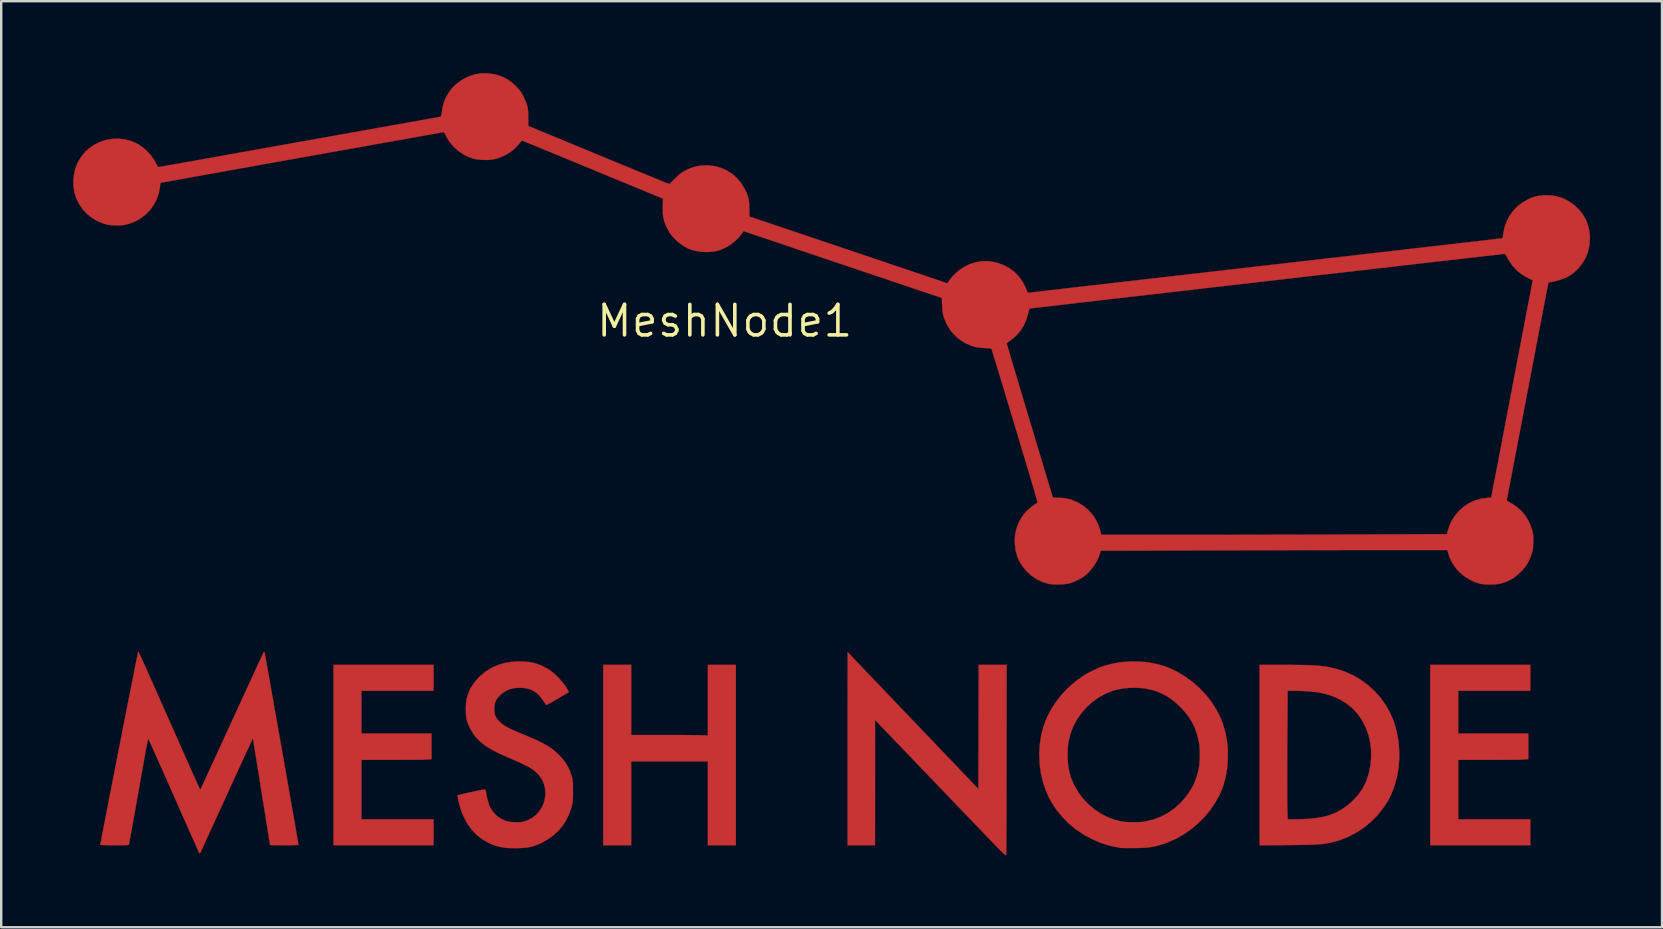
<source format=kicad_pcb>
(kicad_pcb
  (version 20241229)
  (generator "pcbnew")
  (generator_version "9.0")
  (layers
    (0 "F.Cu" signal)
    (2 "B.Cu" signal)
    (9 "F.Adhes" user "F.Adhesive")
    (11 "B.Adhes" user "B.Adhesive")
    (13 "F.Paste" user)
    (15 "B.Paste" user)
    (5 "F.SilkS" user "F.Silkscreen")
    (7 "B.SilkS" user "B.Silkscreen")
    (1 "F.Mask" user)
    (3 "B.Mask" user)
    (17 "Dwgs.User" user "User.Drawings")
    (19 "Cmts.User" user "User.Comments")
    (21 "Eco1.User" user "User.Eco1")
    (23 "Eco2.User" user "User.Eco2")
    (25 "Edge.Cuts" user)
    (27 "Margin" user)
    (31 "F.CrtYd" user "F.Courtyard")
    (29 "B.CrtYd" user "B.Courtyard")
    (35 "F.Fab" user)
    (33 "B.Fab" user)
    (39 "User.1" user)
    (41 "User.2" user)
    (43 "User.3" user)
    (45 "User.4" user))
  (footprint "MeshNode1"
    (layer "F.Cu")
    (at 27.144 10.323)
    (property "Reference" "MeshNode1" (at 0 0 0) (layer "F.SilkS") (effects (font (size 1.27 1.27) (thickness 0.15))))
    (attr through_hole)
    (fp_poly (pts (xy -12.129 15.409) (xy -15.134 15.409) (xy -15.134 17.187) (xy -12.213 17.187) (xy -12.213 18.26) (xy -12.42 18.274) (xy -12.479 18.277) (xy -12.576 18.279) (xy -12.706 18.281) (xy -12.865 18.283) (xy -13.048 18.285) (xy -13.251 18.286) (xy -13.469 18.287) (xy -13.698 18.288) (xy -13.88 18.288) (xy -15.134 18.288) (xy -15.134 20.765) (xy -12.129 20.765) (xy -12.129 21.844) (xy -16.298 21.844) (xy -16.298 14.33) (xy -12.129 14.33) (xy -12.129 15.409)) (stroke (width 0.01) (type solid)) (fill yes) (layer "F.Cu"))
    (fp_poly (pts (xy 33.57 15.409) (xy 30.565 15.409) (xy 30.565 17.187) (xy 33.486 17.187) (xy 33.486 18.26) (xy 33.279 18.274) (xy 33.22 18.277) (xy 33.123 18.279) (xy 32.993 18.281) (xy 32.834 18.283) (xy 32.651 18.285) (xy 32.448 18.286) (xy 32.23 18.287) (xy 32.001 18.288) (xy 31.819 18.288) (xy 30.565 18.288) (xy 30.565 20.765) (xy 33.57 20.765) (xy 33.57 21.844) (xy 29.401 21.844) (xy 29.401 14.33) (xy 33.57 14.33) (xy 33.57 15.409)) (stroke (width 0.01) (type solid)) (fill yes) (layer "F.Cu"))
    (fp_poly (pts (xy -3.895 17.251) (xy -2.471 17.251) (xy -2.224 17.251) (xy -1.985 17.252) (xy -1.759 17.253) (xy -1.549 17.254) (xy -1.36 17.256) (xy -1.195 17.257) (xy -1.059 17.259) (xy -0.955 17.261) (xy -0.889 17.264) (xy -0.873 17.265) (xy -0.699 17.278) (xy -0.699 14.33) (xy 0.466 14.33) (xy 0.466 21.844) (xy -0.699 21.844) (xy -0.699 18.352) (xy -3.895 18.352) (xy -3.895 21.844) (xy -5.059 21.844) (xy -5.059 14.33) (xy -3.895 14.33) (xy -3.895 17.251)) (stroke (width 0.01) (type solid)) (fill yes) (layer "F.Cu"))
    (fp_poly (pts (xy 5.171 13.845) (xy 5.19 13.866) (xy 5.237 13.916) (xy 5.311 13.993) (xy 5.409 14.097) (xy 5.53 14.224) (xy 5.674 14.375) (xy 5.837 14.547) (xy 6.02 14.738) (xy 6.22 14.948) (xy 6.436 15.174) (xy 6.667 15.415) (xy 6.91 15.67) (xy 7.165 15.937) (xy 7.43 16.214) (xy 7.703 16.5) (xy 7.895 16.701) (xy 10.573 19.501) (xy 10.578 16.915) (xy 10.584 14.33) (xy 11.748 14.33) (xy 11.746 18.272) (xy 11.746 18.678) (xy 11.745 19.073) (xy 11.745 19.454) (xy 11.744 19.82) (xy 11.743 20.169) (xy 11.743 20.498) (xy 11.742 20.805) (xy 11.741 21.089) (xy 11.739 21.347) (xy 11.738 21.577) (xy 11.737 21.777) (xy 11.736 21.944) (xy 11.734 22.078) (xy 11.733 22.175) (xy 11.731 22.233) (xy 11.73 22.251) (xy 11.72 22.259) (xy 11.698 22.251) (xy 11.662 22.224) (xy 11.607 22.175) (xy 11.531 22.101) (xy 11.43 22) (xy 11.417 21.987) (xy 11.35 21.919) (xy 11.258 21.824) (xy 11.143 21.705) (xy 11.009 21.566) (xy 10.859 21.411) (xy 10.696 21.243) (xy 10.525 21.064) (xy 10.348 20.88) (xy 10.168 20.693) (xy 10.105 20.627) (xy 9.916 20.43) (xy 9.703 20.208) (xy 9.472 19.966) (xy 9.227 19.711) (xy 8.975 19.448) (xy 8.72 19.182) (xy 8.468 18.92) (xy 8.224 18.666) (xy 7.994 18.426) (xy 7.874 18.301) (xy 7.682 18.101) (xy 7.495 17.906) (xy 7.315 17.718) (xy 7.145 17.541) (xy 6.987 17.376) (xy 6.844 17.228) (xy 6.719 17.097) (xy 6.614 16.988) (xy 6.533 16.903) (xy 6.477 16.845) (xy 6.462 16.83) (xy 6.267 16.626) (xy 6.266 19.235) (xy 6.265 21.844) (xy 5.122 21.844) (xy 5.124 13.79) (xy 5.171 13.845)) (stroke (width 0.01) (type solid)) (fill yes) (layer "F.Cu"))
    (fp_poly (pts (xy 23.615 14.33) (xy 23.893 14.333) (xy 24.136 14.336) (xy 24.35 14.342) (xy 24.539 14.351) (xy 24.708 14.362) (xy 24.86 14.377) (xy 25 14.394) (xy 25.133 14.416) (xy 25.262 14.442) (xy 25.393 14.472) (xy 25.5 14.5) (xy 25.852 14.615) (xy 26.189 14.767) (xy 26.507 14.953) (xy 26.804 15.171) (xy 27.076 15.419) (xy 27.321 15.692) (xy 27.536 15.99) (xy 27.718 16.308) (xy 27.864 16.644) (xy 27.898 16.74) (xy 28.003 17.115) (xy 28.072 17.499) (xy 28.107 17.887) (xy 28.107 18.276) (xy 28.073 18.659) (xy 28.005 19.034) (xy 27.903 19.394) (xy 27.769 19.735) (xy 27.639 19.988) (xy 27.436 20.304) (xy 27.2 20.597) (xy 26.935 20.864) (xy 26.645 21.103) (xy 26.332 21.311) (xy 26.002 21.485) (xy 25.657 21.624) (xy 25.3 21.724) (xy 25.241 21.736) (xy 25.145 21.755) (xy 25.056 21.771) (xy 24.971 21.785) (xy 24.885 21.796) (xy 24.794 21.806) (xy 24.693 21.813) (xy 24.578 21.82) (xy 24.444 21.824) (xy 24.288 21.828) (xy 24.105 21.831) (xy 23.891 21.834) (xy 23.641 21.837) (xy 23.49 21.838) (xy 22.288 21.848) (xy 22.288 19.288) (xy 23.437 19.288) (xy 23.438 19.527) (xy 23.438 19.74) (xy 23.44 19.924) (xy 23.441 20.074) (xy 23.443 20.187) (xy 23.444 20.214) (xy 23.459 20.765) (xy 23.77 20.765) (xy 23.913 20.763) (xy 24.07 20.758) (xy 24.224 20.751) (xy 24.354 20.743) (xy 24.605 20.718) (xy 24.821 20.686) (xy 25.013 20.646) (xy 25.189 20.596) (xy 25.199 20.592) (xy 25.474 20.481) (xy 25.737 20.335) (xy 25.983 20.159) (xy 26.207 19.957) (xy 26.405 19.735) (xy 26.573 19.496) (xy 26.704 19.244) (xy 26.736 19.167) (xy 26.84 18.846) (xy 26.907 18.521) (xy 26.938 18.194) (xy 26.934 17.87) (xy 26.895 17.552) (xy 26.822 17.244) (xy 26.717 16.95) (xy 26.579 16.673) (xy 26.409 16.418) (xy 26.209 16.187) (xy 26.153 16.134) (xy 25.923 15.946) (xy 25.661 15.785) (xy 25.373 15.652) (xy 25.061 15.548) (xy 24.765 15.482) (xy 24.639 15.464) (xy 24.481 15.447) (xy 24.301 15.433) (xy 24.11 15.421) (xy 23.919 15.413) (xy 23.738 15.41) (xy 23.715 15.41) (xy 23.459 15.409) (xy 23.444 17.536) (xy 23.442 17.847) (xy 23.44 18.155) (xy 23.439 18.457) (xy 23.438 18.749) (xy 23.438 19.028) (xy 23.437 19.288) (xy 22.288 19.288) (xy 22.288 14.33) (xy 23.3 14.33) (xy 23.615 14.33)) (stroke (width 0.01) (type solid)) (fill yes) (layer "F.Cu"))
    (fp_poly (pts (xy 17.263 14.191) (xy 17.631 14.224) (xy 17.988 14.289) (xy 18.326 14.385) (xy 18.481 14.443) (xy 18.838 14.609) (xy 19.177 14.81) (xy 19.496 15.041) (xy 19.79 15.301) (xy 20.058 15.585) (xy 20.297 15.892) (xy 20.502 16.217) (xy 20.671 16.557) (xy 20.761 16.787) (xy 20.862 17.136) (xy 20.93 17.503) (xy 20.965 17.882) (xy 20.968 18.265) (xy 20.937 18.644) (xy 20.873 19.013) (xy 20.776 19.363) (xy 20.76 19.409) (xy 20.621 19.744) (xy 20.443 20.068) (xy 20.231 20.378) (xy 19.988 20.67) (xy 19.718 20.94) (xy 19.425 21.185) (xy 19.112 21.402) (xy 18.782 21.586) (xy 18.44 21.735) (xy 18.308 21.782) (xy 18.142 21.834) (xy 17.993 21.875) (xy 17.852 21.907) (xy 17.709 21.929) (xy 17.557 21.945) (xy 17.385 21.955) (xy 17.184 21.96) (xy 17.081 21.962) (xy 16.934 21.963) (xy 16.797 21.963) (xy 16.679 21.962) (xy 16.584 21.961) (xy 16.521 21.959) (xy 16.499 21.957) (xy 16.097 21.878) (xy 15.708 21.76) (xy 15.335 21.606) (xy 14.98 21.416) (xy 14.648 21.194) (xy 14.339 20.939) (xy 14.058 20.655) (xy 13.807 20.343) (xy 13.71 20.204) (xy 13.525 19.884) (xy 13.372 19.542) (xy 13.254 19.181) (xy 13.169 18.805) (xy 13.121 18.418) (xy 13.11 18.075) (xy 14.288 18.075) (xy 14.296 18.356) (xy 14.325 18.61) (xy 14.374 18.845) (xy 14.447 19.073) (xy 14.547 19.304) (xy 14.562 19.336) (xy 14.725 19.623) (xy 14.919 19.887) (xy 15.148 20.129) (xy 15.414 20.354) (xy 15.449 20.38) (xy 15.685 20.535) (xy 15.944 20.667) (xy 16.214 20.772) (xy 16.482 20.844) (xy 16.555 20.858) (xy 16.705 20.876) (xy 16.882 20.886) (xy 17.07 20.888) (xy 17.255 20.883) (xy 17.422 20.87) (xy 17.506 20.858) (xy 17.835 20.782) (xy 18.149 20.667) (xy 18.444 20.515) (xy 18.719 20.328) (xy 18.971 20.107) (xy 19.198 19.854) (xy 19.337 19.662) (xy 19.468 19.45) (xy 19.573 19.241) (xy 19.657 19.021) (xy 19.725 18.778) (xy 19.753 18.658) (xy 19.777 18.504) (xy 19.793 18.321) (xy 19.8 18.123) (xy 19.798 17.923) (xy 19.786 17.734) (xy 19.765 17.57) (xy 19.762 17.552) (xy 19.687 17.233) (xy 19.583 16.941) (xy 19.447 16.67) (xy 19.276 16.413) (xy 19.066 16.166) (xy 18.988 16.084) (xy 18.756 15.871) (xy 18.523 15.696) (xy 18.28 15.554) (xy 18.022 15.443) (xy 17.764 15.363) (xy 17.501 15.312) (xy 17.218 15.286) (xy 16.926 15.285) (xy 16.637 15.309) (xy 16.363 15.357) (xy 16.169 15.41) (xy 15.87 15.53) (xy 15.586 15.686) (xy 15.321 15.876) (xy 15.079 16.096) (xy 14.863 16.341) (xy 14.677 16.609) (xy 14.526 16.895) (xy 14.428 17.145) (xy 14.364 17.364) (xy 14.321 17.577) (xy 14.296 17.8) (xy 14.288 18.047) (xy 14.288 18.075) (xy 13.11 18.075) (xy 13.108 18.026) (xy 13.132 17.631) (xy 13.189 17.261) (xy 13.283 16.899) (xy 13.417 16.546) (xy 13.589 16.206) (xy 13.797 15.88) (xy 14.039 15.572) (xy 14.313 15.284) (xy 14.618 15.019) (xy 14.95 14.78) (xy 15.072 14.707) (xy 15.221 14.627) (xy 15.386 14.547) (xy 15.551 14.472) (xy 15.706 14.409) (xy 15.808 14.373) (xy 16.155 14.28) (xy 16.518 14.218) (xy 16.889 14.188) (xy 17.263 14.191)) (stroke (width 0.01) (type solid)) (fill yes) (layer "F.Cu"))
    (fp_poly (pts (xy -8.371 14.189) (xy -8.101 14.218) (xy -7.85 14.277) (xy -7.611 14.368) (xy -7.376 14.493) (xy -7.278 14.556) (xy -7.15 14.653) (xy -7.015 14.776) (xy -6.879 14.915) (xy -6.751 15.062) (xy -6.64 15.208) (xy -6.554 15.342) (xy -6.536 15.375) (xy -6.493 15.461) (xy -6.541 15.493) (xy -6.576 15.516) (xy -6.64 15.554) (xy -6.724 15.603) (xy -6.824 15.661) (xy -6.933 15.724) (xy -7.044 15.788) (xy -7.152 15.85) (xy -7.25 15.905) (xy -7.332 15.951) (xy -7.392 15.984) (xy -7.424 16.001) (xy -7.427 16.002) (xy -7.444 15.985) (xy -7.477 15.942) (xy -7.518 15.88) (xy -7.524 15.871) (xy -7.656 15.686) (xy -7.791 15.54) (xy -7.933 15.43) (xy -8.089 15.353) (xy -8.262 15.306) (xy -8.46 15.285) (xy -8.524 15.284) (xy -8.743 15.296) (xy -8.937 15.337) (xy -9.109 15.409) (xy -9.268 15.515) (xy -9.344 15.581) (xy -9.456 15.7) (xy -9.532 15.819) (xy -9.578 15.949) (xy -9.597 16.101) (xy -9.599 16.171) (xy -9.593 16.305) (xy -9.572 16.414) (xy -9.53 16.51) (xy -9.463 16.605) (xy -9.367 16.707) (xy -9.309 16.762) (xy -9.244 16.813) (xy -9.17 16.864) (xy -9.08 16.917) (xy -8.972 16.973) (xy -8.84 17.035) (xy -8.68 17.107) (xy -8.488 17.189) (xy -8.347 17.247) (xy -8.096 17.353) (xy -7.88 17.448) (xy -7.695 17.535) (xy -7.535 17.616) (xy -7.395 17.695) (xy -7.271 17.775) (xy -7.158 17.857) (xy -7.05 17.946) (xy -6.944 18.044) (xy -6.894 18.092) (xy -6.71 18.297) (xy -6.564 18.511) (xy -6.45 18.743) (xy -6.367 18.988) (xy -6.351 19.054) (xy -6.338 19.115) (xy -6.329 19.179) (xy -6.324 19.255) (xy -6.321 19.35) (xy -6.32 19.473) (xy -6.32 19.6) (xy -6.321 19.751) (xy -6.323 19.868) (xy -6.327 19.96) (xy -6.334 20.034) (xy -6.344 20.1) (xy -6.358 20.166) (xy -6.377 20.24) (xy -6.377 20.241) (xy -6.438 20.431) (xy -6.519 20.627) (xy -6.613 20.814) (xy -6.713 20.977) (xy -6.725 20.994) (xy -6.911 21.221) (xy -7.13 21.426) (xy -7.377 21.605) (xy -7.645 21.754) (xy -7.93 21.87) (xy -8.057 21.909) (xy -8.164 21.931) (xy -8.302 21.948) (xy -8.463 21.96) (xy -8.637 21.966) (xy -8.813 21.967) (xy -8.982 21.963) (xy -9.134 21.953) (xy -9.258 21.937) (xy -9.292 21.93) (xy -9.442 21.895) (xy -9.569 21.857) (xy -9.69 21.811) (xy -9.823 21.751) (xy -9.876 21.726) (xy -10.118 21.584) (xy -10.34 21.407) (xy -10.539 21.197) (xy -10.713 20.957) (xy -10.861 20.69) (xy -10.982 20.398) (xy -11.072 20.083) (xy -11.089 20.005) (xy -11.107 19.913) (xy -11.122 19.837) (xy -11.131 19.786) (xy -11.134 19.77) (xy -11.114 19.761) (xy -11.059 19.745) (xy -10.976 19.724) (xy -10.87 19.699) (xy -10.749 19.671) (xy -10.618 19.642) (xy -10.484 19.613) (xy -10.354 19.586) (xy -10.234 19.562) (xy -10.131 19.542) (xy -10.05 19.528) (xy -9.999 19.522) (xy -9.984 19.522) (xy -9.962 19.551) (xy -9.945 19.615) (xy -9.938 19.657) (xy -9.919 19.776) (xy -9.89 19.909) (xy -9.854 20.042) (xy -9.816 20.162) (xy -9.78 20.255) (xy -9.772 20.27) (xy -9.66 20.446) (xy -9.515 20.6) (xy -9.344 20.725) (xy -9.153 20.818) (xy -9.123 20.828) (xy -9 20.859) (xy -8.851 20.88) (xy -8.693 20.889) (xy -8.542 20.886) (xy -8.42 20.872) (xy -8.224 20.813) (xy -8.041 20.718) (xy -7.874 20.592) (xy -7.731 20.439) (xy -7.615 20.265) (xy -7.532 20.075) (xy -7.503 19.966) (xy -7.471 19.73) (xy -7.479 19.508) (xy -7.525 19.3) (xy -7.608 19.109) (xy -7.73 18.936) (xy -7.773 18.888) (xy -7.841 18.82) (xy -7.909 18.758) (xy -7.981 18.7) (xy -8.062 18.645) (xy -8.156 18.588) (xy -8.268 18.529) (xy -8.401 18.464) (xy -8.56 18.39) (xy -8.75 18.307) (xy -8.974 18.21) (xy -8.983 18.206) (xy -9.256 18.086) (xy -9.493 17.973) (xy -9.697 17.866) (xy -9.874 17.761) (xy -10.028 17.655) (xy -10.163 17.546) (xy -10.283 17.431) (xy -10.393 17.309) (xy -10.494 17.169) (xy -10.591 17.003) (xy -10.675 16.829) (xy -10.737 16.661) (xy -10.744 16.637) (xy -10.766 16.524) (xy -10.78 16.382) (xy -10.786 16.223) (xy -10.784 16.059) (xy -10.773 15.902) (xy -10.755 15.764) (xy -10.737 15.681) (xy -10.654 15.444) (xy -10.545 15.23) (xy -10.406 15.031) (xy -10.231 14.838) (xy -10.18 14.789) (xy -9.949 14.599) (xy -9.699 14.445) (xy -9.429 14.327) (xy -9.138 14.245) (xy -8.824 14.198) (xy -8.666 14.188) (xy -8.371 14.189)) (stroke (width 0.01) (type solid)) (fill yes) (layer "F.Cu"))
    (fp_poly (pts (xy -24.433 13.783) (xy -24.426 13.792) (xy -24.414 13.81) (xy -24.398 13.84) (xy -24.377 13.885) (xy -24.348 13.944) (xy -24.312 14.022) (xy -24.268 14.119) (xy -24.214 14.239) (xy -24.149 14.381) (xy -24.074 14.55) (xy -23.986 14.746) (xy -23.886 14.971) (xy -23.772 15.229) (xy -23.642 15.52) (xy -23.498 15.846) (xy -23.399 16.069) (xy -23.207 16.5) (xy -23.032 16.895) (xy -22.873 17.254) (xy -22.729 17.579) (xy -22.599 17.872) (xy -22.482 18.134) (xy -22.378 18.368) (xy -22.286 18.575) (xy -22.206 18.756) (xy -22.135 18.912) (xy -22.075 19.047) (xy -22.024 19.161) (xy -21.981 19.256) (xy -21.946 19.334) (xy -21.917 19.395) (xy -21.895 19.443) (xy -21.878 19.478) (xy -21.865 19.503) (xy -21.857 19.518) (xy -21.852 19.526) (xy -21.849 19.527) (xy -21.848 19.527) (xy -21.845 19.523) (xy -21.84 19.513) (xy -21.831 19.495) (xy -21.817 19.468) (xy -21.799 19.429) (xy -21.774 19.378) (xy -21.743 19.311) (xy -21.704 19.226) (xy -21.656 19.123) (xy -21.599 18.999) (xy -21.531 18.852) (xy -21.452 18.68) (xy -21.361 18.481) (xy -21.256 18.254) (xy -21.138 17.996) (xy -21.005 17.706) (xy -20.855 17.381) (xy -20.69 17.019) (xy -20.67 16.976) (xy -20.481 16.564) (xy -20.308 16.189) (xy -20.152 15.848) (xy -20.011 15.542) (xy -19.885 15.267) (xy -19.772 15.022) (xy -19.673 14.805) (xy -19.585 14.615) (xy -19.509 14.45) (xy -19.444 14.308) (xy -19.388 14.188) (xy -19.341 14.087) (xy -19.302 14.005) (xy -19.271 13.938) (xy -19.247 13.887) (xy -19.228 13.849) (xy -19.215 13.822) (xy -19.205 13.805) (xy -19.2 13.795) (xy -19.198 13.793) (xy -19.18 13.795) (xy -19.169 13.814) (xy -19.164 13.841) (xy -19.152 13.906) (xy -19.133 14.008) (xy -19.109 14.144) (xy -19.079 14.311) (xy -19.044 14.508) (xy -19.004 14.732) (xy -18.96 14.98) (xy -18.912 15.249) (xy -18.861 15.538) (xy -18.806 15.844) (xy -18.75 16.164) (xy -18.691 16.496) (xy -18.631 16.837) (xy -18.569 17.186) (xy -18.507 17.538) (xy -18.445 17.893) (xy -18.382 18.247) (xy -18.321 18.598) (xy -18.26 18.944) (xy -18.201 19.281) (xy -18.143 19.609) (xy -18.088 19.923) (xy -18.036 20.222) (xy -17.986 20.503) (xy -17.941 20.764) (xy -17.899 21.002) (xy -17.862 21.214) (xy -17.83 21.399) (xy -17.804 21.554) (xy -17.783 21.676) (xy -17.768 21.763) (xy -17.76 21.812) (xy -17.759 21.822) (xy -17.779 21.829) (xy -17.841 21.835) (xy -17.943 21.84) (xy -18.088 21.843) (xy -18.274 21.844) (xy -18.352 21.844) (xy -18.505 21.844) (xy -18.644 21.842) (xy -18.762 21.841) (xy -18.855 21.839) (xy -18.918 21.836) (xy -18.944 21.833) (xy -18.944 21.833) (xy -18.947 21.81) (xy -18.957 21.75) (xy -18.972 21.655) (xy -18.992 21.528) (xy -19.017 21.372) (xy -19.046 21.192) (xy -19.078 20.991) (xy -19.113 20.772) (xy -19.15 20.538) (xy -19.189 20.293) (xy -19.23 20.04) (xy -19.271 19.783) (xy -19.312 19.525) (xy -19.353 19.269) (xy -19.393 19.019) (xy -19.432 18.779) (xy -19.469 18.551) (xy -19.503 18.339) (xy -19.534 18.147) (xy -19.561 17.977) (xy -19.584 17.834) (xy -19.603 17.721) (xy -19.616 17.64) (xy -19.621 17.611) (xy -19.658 17.388) (xy -19.732 17.547) (xy -19.769 17.627) (xy -19.818 17.732) (xy -19.873 17.851) (xy -19.928 17.97) (xy -19.939 17.992) (xy -19.973 18.067) (xy -20.022 18.173) (xy -20.084 18.308) (xy -20.157 18.468) (xy -20.241 18.649) (xy -20.332 18.849) (xy -20.431 19.065) (xy -20.536 19.294) (xy -20.645 19.532) (xy -20.757 19.776) (xy -20.87 20.024) (xy -20.983 20.271) (xy -21.095 20.515) (xy -21.204 20.753) (xy -21.309 20.982) (xy -21.407 21.198) (xy -21.499 21.399) (xy -21.582 21.58) (xy -21.655 21.74) (xy -21.717 21.875) (xy -21.765 21.982) (xy -21.8 22.057) (xy -21.818 22.098) (xy -21.82 22.103) (xy -21.85 22.162) (xy -21.874 22.182) (xy -21.894 22.167) (xy -21.903 22.146) (xy -21.929 22.088) (xy -21.97 21.997) (xy -22.024 21.875) (xy -22.091 21.725) (xy -22.17 21.548) (xy -22.259 21.348) (xy -22.357 21.128) (xy -22.463 20.888) (xy -22.576 20.633) (xy -22.695 20.365) (xy -22.813 20.098) (xy -22.981 19.72) (xy -23.132 19.379) (xy -23.268 19.073) (xy -23.389 18.801) (xy -23.496 18.559) (xy -23.59 18.347) (xy -23.672 18.163) (xy -23.743 18.004) (xy -23.804 17.869) (xy -23.855 17.756) (xy -23.897 17.663) (xy -23.931 17.589) (xy -23.959 17.53) (xy -23.98 17.487) (xy -23.996 17.456) (xy -24.008 17.436) (xy -24.015 17.425) (xy -24.021 17.421) (xy -24.024 17.422) (xy -24.026 17.427) (xy -24.028 17.433) (xy -24.029 17.436) (xy -24.033 17.451) (xy -24.04 17.483) (xy -24.051 17.535) (xy -24.065 17.607) (xy -24.083 17.702) (xy -24.105 17.821) (xy -24.131 17.965) (xy -24.162 18.137) (xy -24.198 18.338) (xy -24.24 18.569) (xy -24.287 18.832) (xy -24.34 19.129) (xy -24.399 19.461) (xy -24.465 19.831) (xy -24.537 20.239) (xy -24.606 20.627) (xy -24.645 20.842) (xy -24.681 21.046) (xy -24.715 21.233) (xy -24.745 21.401) (xy -24.771 21.545) (xy -24.792 21.662) (xy -24.808 21.747) (xy -24.818 21.796) (xy -24.82 21.807) (xy -24.826 21.818) (xy -24.84 21.826) (xy -24.866 21.833) (xy -24.91 21.838) (xy -24.975 21.841) (xy -25.067 21.843) (xy -25.19 21.844) (xy -25.349 21.844) (xy -25.423 21.844) (xy -25.591 21.843) (xy -25.738 21.841) (xy -25.857 21.838) (xy -25.945 21.834) (xy -25.999 21.829) (xy -26.014 21.824) (xy -26.01 21.799) (xy -25.998 21.734) (xy -25.979 21.633) (xy -25.954 21.498) (xy -25.922 21.332) (xy -25.884 21.136) (xy -25.841 20.914) (xy -25.793 20.668) (xy -25.741 20.4) (xy -25.685 20.112) (xy -25.626 19.808) (xy -25.564 19.489) (xy -25.499 19.158) (xy -25.433 18.818) (xy -25.365 18.471) (xy -25.296 18.119) (xy -25.227 17.765) (xy -25.157 17.411) (xy -25.088 17.06) (xy -25.02 16.714) (xy -24.954 16.376) (xy -24.889 16.048) (xy -24.827 15.732) (xy -24.767 15.431) (xy -24.711 15.148) (xy -24.659 14.884) (xy -24.611 14.643) (xy -24.568 14.426) (xy -24.53 14.237) (xy -24.498 14.077) (xy -24.472 13.949) (xy -24.453 13.856) (xy -24.441 13.8) (xy -24.436 13.783) (xy -24.433 13.783)) (stroke (width 0.01) (type solid)) (fill yes) (layer "F.Cu"))
    (fp_poly (pts (xy -9.586 -10.277) (xy -9.395 -10.224) (xy -9.213 -10.153) (xy -9.053 -10.07) (xy -8.904 -9.967) (xy -8.753 -9.835) (xy -8.698 -9.781) (xy -8.611 -9.691) (xy -8.545 -9.618) (xy -8.494 -9.549) (xy -8.447 -9.472) (xy -8.397 -9.376) (xy -8.376 -9.335) (xy -8.31 -9.194) (xy -8.26 -9.075) (xy -8.225 -8.966) (xy -8.203 -8.856) (xy -8.189 -8.734) (xy -8.183 -8.588) (xy -8.182 -8.47) (xy -8.18 -8.124) (xy -5.725 -7.109) (xy -5.408 -6.978) (xy -5.095 -6.849) (xy -4.789 -6.722) (xy -4.493 -6.6) (xy -4.209 -6.483) (xy -3.942 -6.373) (xy -3.694 -6.271) (xy -3.468 -6.177) (xy -3.267 -6.094) (xy -3.093 -6.023) (xy -2.951 -5.965) (xy -2.843 -5.92) (xy -2.787 -5.897) (xy -2.304 -5.7) (xy -2.067 -5.935) (xy -1.966 -6.034) (xy -1.884 -6.108) (xy -1.812 -6.166) (xy -1.741 -6.214) (xy -1.661 -6.258) (xy -1.64 -6.269) (xy -1.438 -6.362) (xy -1.246 -6.426) (xy -1.049 -6.466) (xy -0.956 -6.477) (xy -0.677 -6.483) (xy -0.407 -6.449) (xy -0.15 -6.378) (xy 0.091 -6.27) (xy 0.313 -6.127) (xy 0.512 -5.952) (xy 0.685 -5.745) (xy 0.83 -5.51) (xy 0.867 -5.437) (xy 0.926 -5.303) (xy 0.968 -5.184) (xy 0.997 -5.069) (xy 1.016 -4.945) (xy 1.025 -4.8) (xy 1.028 -4.668) (xy 1.032 -4.351) (xy 4.374 -3.224) (xy 4.751 -3.097) (xy 5.126 -2.97) (xy 5.495 -2.846) (xy 5.857 -2.724) (xy 6.208 -2.605) (xy 6.545 -2.492) (xy 6.866 -2.383) (xy 7.169 -2.281) (xy 7.449 -2.187) (xy 7.705 -2.101) (xy 7.933 -2.023) (xy 8.132 -1.957) (xy 8.297 -1.901) (xy 8.427 -1.857) (xy 8.487 -1.837) (xy 8.659 -1.779) (xy 8.818 -1.725) (xy 8.961 -1.677) (xy 9.081 -1.636) (xy 9.176 -1.604) (xy 9.24 -1.582) (xy 9.269 -1.572) (xy 9.27 -1.572) (xy 9.287 -1.585) (xy 9.317 -1.625) (xy 9.345 -1.667) (xy 9.389 -1.729) (xy 9.452 -1.807) (xy 9.523 -1.888) (xy 9.545 -1.912) (xy 9.746 -2.097) (xy 9.968 -2.248) (xy 10.206 -2.365) (xy 10.456 -2.445) (xy 10.713 -2.488) (xy 10.972 -2.491) (xy 11.093 -2.478) (xy 11.368 -2.419) (xy 11.626 -2.326) (xy 11.863 -2.199) (xy 12.074 -2.042) (xy 12.252 -1.861) (xy 12.328 -1.762) (xy 12.406 -1.641) (xy 12.48 -1.513) (xy 12.543 -1.389) (xy 12.587 -1.281) (xy 12.595 -1.255) (xy 12.614 -1.2) (xy 12.635 -1.176) (xy 12.668 -1.175) (xy 12.677 -1.176) (xy 12.703 -1.179) (xy 12.769 -1.187) (xy 12.873 -1.2) (xy 13.014 -1.216) (xy 13.188 -1.236) (xy 13.396 -1.26) (xy 13.633 -1.288) (xy 13.899 -1.318) (xy 14.191 -1.352) (xy 14.508 -1.389) (xy 14.847 -1.428) (xy 15.207 -1.469) (xy 15.586 -1.512) (xy 15.982 -1.558) (xy 16.392 -1.605) (xy 16.815 -1.653) (xy 17.249 -1.703) (xy 17.261 -1.705) (xy 17.984 -1.787) (xy 18.703 -1.87) (xy 19.417 -1.952) (xy 20.124 -2.033) (xy 20.824 -2.113) (xy 21.514 -2.192) (xy 22.195 -2.27) (xy 22.865 -2.347) (xy 23.522 -2.422) (xy 24.165 -2.496) (xy 24.793 -2.568) (xy 25.405 -2.639) (xy 26 -2.707) (xy 26.576 -2.773) (xy 27.132 -2.837) (xy 27.667 -2.898) (xy 28.18 -2.957) (xy 28.669 -3.014) (xy 29.133 -3.067) (xy 29.571 -3.118) (xy 29.982 -3.165) (xy 30.365 -3.209) (xy 30.718 -3.25) (xy 31.04 -3.287) (xy 31.33 -3.32) (xy 31.586 -3.35) (xy 31.808 -3.376) (xy 31.994 -3.397) (xy 32.143 -3.415) (xy 32.254 -3.428) (xy 32.325 -3.436) (xy 32.355 -3.44) (xy 32.356 -3.44) (xy 32.39 -3.448) (xy 32.411 -3.463) (xy 32.423 -3.495) (xy 32.432 -3.554) (xy 32.437 -3.602) (xy 32.484 -3.869) (xy 32.57 -4.123) (xy 32.692 -4.362) (xy 32.847 -4.58) (xy 33.032 -4.774) (xy 33.246 -4.94) (xy 33.433 -5.048) (xy 33.606 -5.127) (xy 33.767 -5.182) (xy 33.931 -5.216) (xy 34.113 -5.233) (xy 34.237 -5.236) (xy 34.454 -5.228) (xy 34.647 -5.2) (xy 34.829 -5.15) (xy 34.999 -5.082) (xy 35.218 -4.962) (xy 35.421 -4.81) (xy 35.604 -4.633) (xy 35.758 -4.436) (xy 35.877 -4.227) (xy 35.89 -4.2) (xy 35.97 -3.992) (xy 36.021 -3.793) (xy 36.046 -3.585) (xy 36.05 -3.45) (xy 36.032 -3.164) (xy 35.978 -2.898) (xy 35.885 -2.651) (xy 35.755 -2.421) (xy 35.586 -2.209) (xy 35.538 -2.158) (xy 35.407 -2.035) (xy 35.274 -1.931) (xy 35.133 -1.845) (xy 34.976 -1.772) (xy 34.796 -1.71) (xy 34.587 -1.653) (xy 34.407 -1.614) (xy 34.322 -1.597) (xy 34.242 -1.185) (xy 34.227 -1.107) (xy 34.204 -0.991) (xy 34.175 -0.839) (xy 34.139 -0.653) (xy 34.098 -0.437) (xy 34.051 -0.193) (xy 34 0.075) (xy 33.944 0.366) (xy 33.885 0.676) (xy 33.822 1.003) (xy 33.757 1.343) (xy 33.69 1.694) (xy 33.621 2.054) (xy 33.551 2.419) (xy 33.481 2.787) (xy 33.411 3.155) (xy 33.341 3.52) (xy 33.273 3.879) (xy 33.206 4.23) (xy 33.141 4.569) (xy 33.079 4.895) (xy 33.02 5.203) (xy 32.965 5.493) (xy 32.914 5.76) (xy 32.868 6.001) (xy 32.828 6.212) (xy 32.786 6.435) (xy 32.745 6.646) (xy 32.708 6.84) (xy 32.674 7.015) (xy 32.645 7.167) (xy 32.621 7.292) (xy 32.602 7.386) (xy 32.59 7.445) (xy 32.586 7.466) (xy 32.599 7.489) (xy 32.643 7.521) (xy 32.695 7.548) (xy 32.796 7.605) (xy 32.913 7.682) (xy 33.033 7.772) (xy 33.142 7.864) (xy 33.228 7.948) (xy 33.233 7.954) (xy 33.406 8.18) (xy 33.541 8.424) (xy 33.638 8.684) (xy 33.666 8.793) (xy 33.683 8.882) (xy 33.692 8.973) (xy 33.696 9.08) (xy 33.694 9.214) (xy 33.693 9.247) (xy 33.687 9.373) (xy 33.68 9.47) (xy 33.668 9.55) (xy 33.649 9.627) (xy 33.623 9.713) (xy 33.615 9.737) (xy 33.54 9.933) (xy 33.454 10.101) (xy 33.349 10.254) (xy 33.216 10.407) (xy 33.168 10.456) (xy 33.022 10.592) (xy 32.883 10.7) (xy 32.737 10.787) (xy 32.571 10.863) (xy 32.53 10.88) (xy 32.372 10.931) (xy 32.209 10.965) (xy 32.03 10.981) (xy 31.823 10.982) (xy 31.793 10.981) (xy 31.669 10.975) (xy 31.573 10.966) (xy 31.49 10.952) (xy 31.406 10.929) (xy 31.327 10.903) (xy 31.073 10.796) (xy 30.841 10.655) (xy 30.634 10.484) (xy 30.455 10.285) (xy 30.307 10.063) (xy 30.194 9.82) (xy 30.15 9.687) (xy 30.11 9.546) (xy 27.379 9.546) (xy 27.073 9.546) (xy 26.727 9.546) (xy 26.347 9.547) (xy 25.937 9.547) (xy 25.5 9.548) (xy 25.04 9.549) (xy 24.56 9.55) (xy 24.066 9.55) (xy 23.561 9.551) (xy 23.048 9.553) (xy 22.532 9.554) (xy 22.016 9.555) (xy 21.505 9.556) (xy 21.002 9.558) (xy 20.511 9.559) (xy 20.158 9.56) (xy 15.668 9.574) (xy 15.633 9.702) (xy 15.566 9.885) (xy 15.467 10.075) (xy 15.344 10.261) (xy 15.204 10.432) (xy 15.054 10.578) (xy 15.023 10.604) (xy 14.885 10.7) (xy 14.72 10.792) (xy 14.543 10.872) (xy 14.404 10.923) (xy 14.297 10.948) (xy 14.16 10.966) (xy 14.007 10.977) (xy 13.848 10.981) (xy 13.697 10.977) (xy 13.566 10.965) (xy 13.504 10.954) (xy 13.244 10.875) (xy 13.004 10.761) (xy 12.781 10.609) (xy 12.613 10.458) (xy 12.431 10.251) (xy 12.289 10.032) (xy 12.186 9.797) (xy 12.12 9.545) (xy 12.091 9.274) (xy 12.089 9.08) (xy 12.101 8.912) (xy 12.13 8.753) (xy 12.178 8.588) (xy 12.197 8.535) (xy 12.268 8.371) (xy 12.365 8.201) (xy 12.475 8.043) (xy 12.555 7.947) (xy 12.612 7.892) (xy 12.692 7.822) (xy 12.785 7.747) (xy 12.878 7.675) (xy 12.962 7.616) (xy 13.004 7.588) (xy 13.01 7.586) (xy 13.016 7.586) (xy 13.022 7.586) (xy 13.026 7.584) (xy 13.029 7.579) (xy 13.03 7.569) (xy 13.029 7.552) (xy 13.025 7.527) (xy 13.017 7.492) (xy 13.005 7.445) (xy 12.989 7.384) (xy 12.968 7.308) (xy 12.942 7.215) (xy 12.91 7.104) (xy 12.871 6.972) (xy 12.825 6.818) (xy 12.773 6.64) (xy 12.712 6.436) (xy 12.643 6.206) (xy 12.565 5.946) (xy 12.478 5.656) (xy 12.381 5.334) (xy 12.274 4.977) (xy 12.156 4.585) (xy 12.026 4.155) (xy 11.913 3.778) (xy 11.816 3.457) (xy 11.722 3.146) (xy 11.633 2.849) (xy 11.548 2.568) (xy 11.468 2.306) (xy 11.395 2.064) (xy 11.328 1.846) (xy 11.269 1.653) (xy 11.219 1.489) (xy 11.178 1.355) (xy 11.146 1.254) (xy 11.125 1.188) (xy 11.115 1.16) (xy 11.115 1.159) (xy 11.09 1.152) (xy 11.03 1.144) (xy 10.944 1.136) (xy 10.839 1.128) (xy 10.794 1.125) (xy 10.65 1.114) (xy 10.537 1.101) (xy 10.442 1.083) (xy 10.355 1.06) (xy 10.319 1.048) (xy 10.083 0.95) (xy 11.756 0.95) (xy 11.788 1.059) (xy 11.831 1.206) (xy 11.885 1.391) (xy 11.95 1.612) (xy 12.026 1.866) (xy 12.111 2.153) (xy 12.206 2.47) (xy 12.309 2.816) (xy 12.421 3.19) (xy 12.541 3.589) (xy 12.668 4.013) (xy 12.802 4.459) (xy 12.942 4.925) (xy 13.088 5.411) (xy 13.239 5.914) (xy 13.285 6.064) (xy 13.351 6.284) (xy 13.414 6.493) (xy 13.472 6.687) (xy 13.525 6.862) (xy 13.571 7.014) (xy 13.609 7.141) (xy 13.638 7.238) (xy 13.657 7.302) (xy 13.666 7.329) (xy 13.666 7.329) (xy 13.676 7.347) (xy 13.701 7.358) (xy 13.748 7.364) (xy 13.826 7.366) (xy 13.872 7.366) (xy 14.078 7.375) (xy 14.265 7.403) (xy 14.455 7.454) (xy 14.457 7.455) (xy 14.704 7.556) (xy 14.932 7.692) (xy 15.137 7.861) (xy 15.316 8.057) (xy 15.465 8.277) (xy 15.581 8.518) (xy 15.661 8.775) (xy 15.664 8.789) (xy 15.691 8.911) (xy 18.815 8.911) (xy 19.187 8.911) (xy 19.595 8.911) (xy 20.037 8.91) (xy 20.507 8.91) (xy 21 8.909) (xy 21.511 8.908) (xy 22.036 8.907) (xy 22.57 8.906) (xy 23.108 8.905) (xy 23.646 8.904) (xy 24.178 8.903) (xy 24.7 8.901) (xy 25.207 8.9) (xy 25.695 8.898) (xy 26.016 8.897) (xy 30.093 8.883) (xy 30.117 8.781) (xy 30.197 8.525) (xy 30.317 8.282) (xy 30.472 8.056) (xy 30.583 7.93) (xy 30.793 7.74) (xy 31.019 7.589) (xy 31.262 7.477) (xy 31.52 7.404) (xy 31.754 7.373) (xy 31.837 7.366) (xy 31.901 7.36) (xy 31.936 7.354) (xy 31.941 7.353) (xy 31.944 7.331) (xy 31.955 7.274) (xy 31.972 7.187) (xy 31.993 7.078) (xy 32.017 6.951) (xy 32.026 6.906) (xy 32.039 6.84) (xy 32.059 6.735) (xy 32.087 6.592) (xy 32.12 6.416) (xy 32.161 6.206) (xy 32.206 5.967) (xy 32.257 5.7) (xy 32.313 5.408) (xy 32.374 5.093) (xy 32.438 4.756) (xy 32.505 4.402) (xy 32.576 4.031) (xy 32.65 3.647) (xy 32.725 3.251) (xy 32.802 2.846) (xy 32.873 2.477) (xy 32.95 2.071) (xy 33.026 1.676) (xy 33.099 1.293) (xy 33.169 0.925) (xy 33.236 0.574) (xy 33.299 0.241) (xy 33.359 -0.071) (xy 33.414 -0.36) (xy 33.465 -0.624) (xy 33.51 -0.861) (xy 33.55 -1.069) (xy 33.584 -1.247) (xy 33.611 -1.39) (xy 33.632 -1.499) (xy 33.646 -1.57) (xy 33.652 -1.602) (xy 33.652 -1.603) (xy 33.671 -1.692) (xy 33.474 -1.787) (xy 33.227 -1.93) (xy 33.009 -2.103) (xy 32.821 -2.305) (xy 32.665 -2.535) (xy 32.606 -2.644) (xy 32.564 -2.724) (xy 32.531 -2.771) (xy 32.503 -2.792) (xy 32.487 -2.794) (xy 32.464 -2.792) (xy 32.4 -2.785) (xy 32.297 -2.773) (xy 32.157 -2.757) (xy 31.982 -2.737) (xy 31.772 -2.713) (xy 31.53 -2.686) (xy 31.258 -2.655) (xy 30.957 -2.62) (xy 30.628 -2.583) (xy 30.273 -2.542) (xy 29.894 -2.499) (xy 29.492 -2.453) (xy 29.07 -2.404) (xy 28.628 -2.354) (xy 28.168 -2.301) (xy 27.692 -2.246) (xy 27.202 -2.19) (xy 26.699 -2.132) (xy 26.185 -2.073) (xy 25.661 -2.013) (xy 25.129 -1.952) (xy 24.591 -1.89) (xy 24.048 -1.828) (xy 23.502 -1.765) (xy 22.954 -1.702) (xy 22.407 -1.639) (xy 21.861 -1.576) (xy 21.319 -1.514) (xy 20.782 -1.452) (xy 20.251 -1.391) (xy 19.728 -1.331) (xy 19.216 -1.272) (xy 18.715 -1.214) (xy 18.227 -1.158) (xy 17.753 -1.103) (xy 17.296 -1.051) (xy 16.857 -1) (xy 16.438 -0.951) (xy 16.04 -0.905) (xy 15.664 -0.862) (xy 15.313 -0.822) (xy 14.989 -0.784) (xy 14.692 -0.75) (xy 14.424 -0.718) (xy 14.187 -0.691) (xy 14.099 -0.681) (xy 12.694 -0.517) (xy 12.646 -0.303) (xy 12.566 -0.038) (xy 12.452 0.209) (xy 12.305 0.433) (xy 12.13 0.63) (xy 11.927 0.797) (xy 11.883 0.827) (xy 11.805 0.882) (xy 11.764 0.922) (xy 11.756 0.95) (xy 10.083 0.95) (xy 10.057 0.939) (xy 9.82 0.796) (xy 9.61 0.623) (xy 9.429 0.42) (xy 9.28 0.189) (xy 9.164 -0.066) (xy 9.143 -0.126) (xy 9.115 -0.213) (xy 9.096 -0.289) (xy 9.082 -0.367) (xy 9.073 -0.458) (xy 9.066 -0.573) (xy 9.062 -0.643) (xy 9.049 -0.96) (xy 8.403 -1.176) (xy 8.283 -1.216) (xy 8.127 -1.269) (xy 7.94 -1.332) (xy 7.725 -1.404) (xy 7.488 -1.484) (xy 7.233 -1.57) (xy 6.964 -1.661) (xy 6.685 -1.755) (xy 6.401 -1.85) (xy 6.116 -1.947) (xy 5.958 -2) (xy 5.638 -2.108) (xy 5.29 -2.225) (xy 4.921 -2.35) (xy 4.539 -2.478) (xy 4.152 -2.609) (xy 3.768 -2.738) (xy 3.394 -2.864) (xy 3.039 -2.984) (xy 2.71 -3.095) (xy 2.473 -3.175) (xy 0.786 -3.743) (xy 0.728 -3.655) (xy 0.606 -3.497) (xy 0.452 -3.344) (xy 0.276 -3.204) (xy 0.09 -3.086) (xy -0.002 -3.038) (xy -0.177 -2.964) (xy -0.343 -2.914) (xy -0.517 -2.885) (xy -0.712 -2.872) (xy -0.773 -2.872) (xy -1.046 -2.887) (xy -1.297 -2.936) (xy -1.528 -3.02) (xy -1.745 -3.141) (xy -1.952 -3.301) (xy -2.048 -3.39) (xy -2.165 -3.512) (xy -2.257 -3.627) (xy -2.336 -3.749) (xy -2.411 -3.893) (xy -2.412 -3.897) (xy -2.48 -4.049) (xy -2.528 -4.19) (xy -2.559 -4.331) (xy -2.576 -4.485) (xy -2.58 -4.661) (xy -2.578 -4.764) (xy -2.569 -5.095) (xy -5.493 -6.305) (xy -5.828 -6.443) (xy -6.153 -6.577) (xy -6.465 -6.706) (xy -6.762 -6.829) (xy -7.042 -6.944) (xy -7.303 -7.051) (xy -7.543 -7.15) (xy -7.759 -7.238) (xy -7.949 -7.316) (xy -8.111 -7.382) (xy -8.244 -7.436) (xy -8.344 -7.477) (xy -8.41 -7.503) (xy -8.439 -7.514) (xy -8.44 -7.514) (xy -8.464 -7.498) (xy -8.502 -7.457) (xy -8.539 -7.41) (xy -8.694 -7.233) (xy -8.881 -7.072) (xy -9.093 -6.934) (xy -9.321 -6.824) (xy -9.544 -6.75) (xy -9.682 -6.725) (xy -9.845 -6.71) (xy -10.022 -6.708) (xy -10.196 -6.716) (xy -10.353 -6.737) (xy -10.382 -6.742) (xy -10.618 -6.811) (xy -10.846 -6.918) (xy -11.061 -7.058) (xy -11.258 -7.226) (xy -11.43 -7.419) (xy -11.573 -7.631) (xy -11.651 -7.784) (xy -11.68 -7.84) (xy -11.706 -7.863) (xy -11.735 -7.864) (xy -11.761 -7.859) (xy -11.826 -7.847) (xy -11.928 -7.828) (xy -12.063 -7.804) (xy -12.229 -7.774) (xy -12.423 -7.74) (xy -12.643 -7.7) (xy -12.885 -7.657) (xy -13.148 -7.61) (xy -13.427 -7.561) (xy -13.722 -7.508) (xy -14.028 -7.454) (xy -14.108 -7.44) (xy -14.572 -7.357) (xy -15.057 -7.27) (xy -15.559 -7.181) (xy -16.075 -7.089) (xy -16.599 -6.995) (xy -17.13 -6.9) (xy -17.661 -6.805) (xy -18.191 -6.711) (xy -18.715 -6.617) (xy -19.228 -6.525) (xy -19.729 -6.435) (xy -20.211 -6.348) (xy -20.672 -6.266) (xy -21.108 -6.187) (xy -21.516 -6.114) (xy -21.89 -6.047) (xy -22.227 -5.986) (xy -22.323 -5.968) (xy -22.539 -5.929) (xy -22.743 -5.892) (xy -22.931 -5.859) (xy -23.098 -5.829) (xy -23.241 -5.803) (xy -23.357 -5.782) (xy -23.441 -5.768) (xy -23.49 -5.759) (xy -23.501 -5.757) (xy -23.508 -5.738) (xy -23.517 -5.687) (xy -23.526 -5.615) (xy -23.527 -5.604) (xy -23.574 -5.338) (xy -23.659 -5.087) (xy -23.779 -4.852) (xy -23.931 -4.638) (xy -24.112 -4.448) (xy -24.319 -4.285) (xy -24.549 -4.152) (xy -24.799 -4.054) (xy -24.924 -4.02) (xy -25.02 -4) (xy -25.104 -3.988) (xy -25.193 -3.982) (xy -25.298 -3.981) (xy -25.405 -3.984) (xy -25.532 -3.99) (xy -25.63 -3.998) (xy -25.713 -4.011) (xy -25.795 -4.032) (xy -25.887 -4.06) (xy -26.14 -4.165) (xy -26.371 -4.302) (xy -26.577 -4.469) (xy -26.756 -4.663) (xy -26.903 -4.879) (xy -27.018 -5.115) (xy -27.096 -5.366) (xy -27.132 -5.588) (xy -27.139 -5.84) (xy -27.113 -6.094) (xy -27.057 -6.341) (xy -26.973 -6.568) (xy -26.95 -6.615) (xy -26.813 -6.842) (xy -26.647 -7.041) (xy -26.456 -7.212) (xy -26.244 -7.353) (xy -26.015 -7.464) (xy -25.773 -7.542) (xy -25.523 -7.586) (xy -25.268 -7.596) (xy -25.012 -7.57) (xy -24.761 -7.508) (xy -24.516 -7.407) (xy -24.418 -7.353) (xy -24.235 -7.228) (xy -24.061 -7.072) (xy -23.902 -6.896) (xy -23.769 -6.708) (xy -23.675 -6.532) (xy -23.643 -6.47) (xy -23.615 -6.427) (xy -23.597 -6.413) (xy -23.594 -6.413) (xy -23.591 -6.414) (xy -23.586 -6.414) (xy -23.578 -6.415) (xy -23.565 -6.417) (xy -23.547 -6.42) (xy -23.521 -6.424) (xy -23.487 -6.43) (xy -23.442 -6.438) (xy -23.386 -6.447) (xy -23.317 -6.459) (xy -23.233 -6.474) (xy -23.134 -6.492) (xy -23.018 -6.512) (xy -22.883 -6.536) (xy -22.729 -6.564) (xy -22.553 -6.595) (xy -22.354 -6.63) (xy -22.131 -6.67) (xy -21.883 -6.714) (xy -21.608 -6.763) (xy -21.305 -6.817) (xy -20.972 -6.877) (xy -20.608 -6.942) (xy -20.211 -7.013) (xy -19.781 -7.09) (xy -19.315 -7.173) (xy -18.813 -7.263) (xy -18.272 -7.359) (xy -17.693 -7.463) (xy -17.335 -7.527) (xy -16.864 -7.611) (xy -16.402 -7.693) (xy -15.954 -7.774) (xy -15.519 -7.851) (xy -15.1 -7.926) (xy -14.698 -7.998) (xy -14.316 -8.066) (xy -13.955 -8.131) (xy -13.617 -8.191) (xy -13.303 -8.247) (xy -13.016 -8.298) (xy -12.757 -8.345) (xy -12.528 -8.386) (xy -12.331 -8.421) (xy -12.167 -8.45) (xy -12.038 -8.473) (xy -11.946 -8.49) (xy -11.894 -8.499) (xy -11.881 -8.501) (xy -11.839 -8.513) (xy -11.817 -8.535) (xy -11.805 -8.582) (xy -11.801 -8.612) (xy -11.763 -8.851) (xy -11.712 -9.06) (xy -11.643 -9.247) (xy -11.554 -9.422) (xy -11.535 -9.455) (xy -11.437 -9.602) (xy -11.332 -9.729) (xy -11.208 -9.848) (xy -11.124 -9.919) (xy -10.895 -10.077) (xy -10.65 -10.197) (xy -10.394 -10.277) (xy -10.129 -10.318) (xy -9.858 -10.318) (xy -9.586 -10.277)) (stroke (width 0.01) (type solid)) (fill yes) (layer "F.Cu"))
    (fp_poly (pts (xy -12.129 15.409) (xy -15.134 15.409) (xy -15.134 17.187) (xy -12.213 17.187) (xy -12.213 18.26) (xy -12.42 18.274) (xy -12.479 18.277) (xy -12.576 18.279) (xy -12.706 18.281) (xy -12.865 18.283) (xy -13.048 18.285) (xy -13.251 18.286) (xy -13.469 18.287) (xy -13.698 18.288) (xy -13.88 18.288) (xy -15.134 18.288) (xy -15.134 20.765) (xy -12.129 20.765) (xy -12.129 21.844) (xy -16.298 21.844) (xy -16.298 14.33) (xy -12.129 14.33) (xy -12.129 15.409)) (stroke (width 0.01) (type solid)) (fill yes) (layer "F.Mask"))
    (fp_poly (pts (xy 33.57 15.409) (xy 30.565 15.409) (xy 30.565 17.187) (xy 33.486 17.187) (xy 33.486 18.26) (xy 33.279 18.274) (xy 33.22 18.277) (xy 33.123 18.279) (xy 32.993 18.281) (xy 32.834 18.283) (xy 32.651 18.285) (xy 32.448 18.286) (xy 32.23 18.287) (xy 32.001 18.288) (xy 31.819 18.288) (xy 30.565 18.288) (xy 30.565 20.765) (xy 33.57 20.765) (xy 33.57 21.844) (xy 29.401 21.844) (xy 29.401 14.33) (xy 33.57 14.33) (xy 33.57 15.409)) (stroke (width 0.01) (type solid)) (fill yes) (layer "F.Mask"))
    (fp_poly (pts (xy -3.895 17.251) (xy -2.471 17.251) (xy -2.224 17.251) (xy -1.985 17.252) (xy -1.759 17.253) (xy -1.549 17.254) (xy -1.36 17.256) (xy -1.195 17.257) (xy -1.059 17.259) (xy -0.955 17.261) (xy -0.889 17.264) (xy -0.873 17.265) (xy -0.699 17.278) (xy -0.699 14.33) (xy 0.466 14.33) (xy 0.466 21.844) (xy -0.699 21.844) (xy -0.699 18.352) (xy -3.895 18.352) (xy -3.895 21.844) (xy -5.059 21.844) (xy -5.059 14.33) (xy -3.895 14.33) (xy -3.895 17.251)) (stroke (width 0.01) (type solid)) (fill yes) (layer "F.Mask"))
    (fp_poly (pts (xy 5.171 13.845) (xy 5.19 13.866) (xy 5.237 13.916) (xy 5.311 13.993) (xy 5.409 14.097) (xy 5.53 14.224) (xy 5.674 14.375) (xy 5.837 14.547) (xy 6.02 14.738) (xy 6.22 14.948) (xy 6.436 15.174) (xy 6.667 15.415) (xy 6.91 15.67) (xy 7.165 15.937) (xy 7.43 16.214) (xy 7.703 16.5) (xy 7.895 16.701) (xy 10.573 19.501) (xy 10.578 16.915) (xy 10.584 14.33) (xy 11.748 14.33) (xy 11.746 18.272) (xy 11.746 18.678) (xy 11.745 19.073) (xy 11.745 19.454) (xy 11.744 19.82) (xy 11.743 20.169) (xy 11.743 20.498) (xy 11.742 20.805) (xy 11.741 21.089) (xy 11.739 21.347) (xy 11.738 21.577) (xy 11.737 21.777) (xy 11.736 21.944) (xy 11.734 22.078) (xy 11.733 22.175) (xy 11.731 22.233) (xy 11.73 22.251) (xy 11.72 22.259) (xy 11.698 22.251) (xy 11.662 22.224) (xy 11.607 22.175) (xy 11.531 22.101) (xy 11.43 22) (xy 11.417 21.987) (xy 11.35 21.919) (xy 11.258 21.824) (xy 11.143 21.705) (xy 11.009 21.566) (xy 10.859 21.411) (xy 10.696 21.243) (xy 10.525 21.064) (xy 10.348 20.88) (xy 10.168 20.693) (xy 10.105 20.627) (xy 9.916 20.43) (xy 9.703 20.208) (xy 9.472 19.966) (xy 9.227 19.711) (xy 8.975 19.448) (xy 8.72 19.182) (xy 8.468 18.92) (xy 8.224 18.666) (xy 7.994 18.426) (xy 7.874 18.301) (xy 7.682 18.101) (xy 7.495 17.906) (xy 7.315 17.718) (xy 7.145 17.541) (xy 6.987 17.376) (xy 6.844 17.228) (xy 6.719 17.097) (xy 6.614 16.988) (xy 6.533 16.903) (xy 6.477 16.845) (xy 6.462 16.83) (xy 6.267 16.626) (xy 6.266 19.235) (xy 6.265 21.844) (xy 5.122 21.844) (xy 5.124 13.79) (xy 5.171 13.845)) (stroke (width 0.01) (type solid)) (fill yes) (layer "F.Mask"))
    (fp_poly (pts (xy 23.615 14.33) (xy 23.893 14.333) (xy 24.136 14.336) (xy 24.35 14.342) (xy 24.539 14.351) (xy 24.708 14.362) (xy 24.86 14.377) (xy 25 14.394) (xy 25.133 14.416) (xy 25.262 14.442) (xy 25.393 14.472) (xy 25.5 14.5) (xy 25.852 14.615) (xy 26.189 14.767) (xy 26.507 14.953) (xy 26.804 15.171) (xy 27.076 15.419) (xy 27.321 15.692) (xy 27.536 15.99) (xy 27.718 16.308) (xy 27.864 16.644) (xy 27.898 16.74) (xy 28.003 17.115) (xy 28.072 17.499) (xy 28.107 17.887) (xy 28.107 18.276) (xy 28.073 18.659) (xy 28.005 19.034) (xy 27.903 19.394) (xy 27.769 19.735) (xy 27.639 19.988) (xy 27.436 20.304) (xy 27.2 20.597) (xy 26.935 20.864) (xy 26.645 21.103) (xy 26.332 21.311) (xy 26.002 21.485) (xy 25.657 21.624) (xy 25.3 21.724) (xy 25.241 21.736) (xy 25.145 21.755) (xy 25.056 21.771) (xy 24.971 21.785) (xy 24.885 21.796) (xy 24.794 21.806) (xy 24.693 21.813) (xy 24.578 21.82) (xy 24.444 21.824) (xy 24.288 21.828) (xy 24.105 21.831) (xy 23.891 21.834) (xy 23.641 21.837) (xy 23.49 21.838) (xy 22.288 21.848) (xy 22.288 19.288) (xy 23.437 19.288) (xy 23.438 19.527) (xy 23.438 19.74) (xy 23.44 19.924) (xy 23.441 20.074) (xy 23.443 20.187) (xy 23.444 20.214) (xy 23.459 20.765) (xy 23.77 20.765) (xy 23.913 20.763) (xy 24.07 20.758) (xy 24.224 20.751) (xy 24.354 20.743) (xy 24.605 20.718) (xy 24.821 20.686) (xy 25.013 20.646) (xy 25.189 20.596) (xy 25.199 20.592) (xy 25.474 20.481) (xy 25.737 20.335) (xy 25.983 20.159) (xy 26.207 19.957) (xy 26.405 19.735) (xy 26.573 19.496) (xy 26.704 19.244) (xy 26.736 19.167) (xy 26.84 18.846) (xy 26.907 18.521) (xy 26.938 18.194) (xy 26.934 17.87) (xy 26.895 17.552) (xy 26.822 17.244) (xy 26.717 16.95) (xy 26.579 16.673) (xy 26.409 16.418) (xy 26.209 16.187) (xy 26.153 16.134) (xy 25.923 15.946) (xy 25.661 15.785) (xy 25.373 15.652) (xy 25.061 15.548) (xy 24.765 15.482) (xy 24.639 15.464) (xy 24.481 15.447) (xy 24.301 15.433) (xy 24.11 15.421) (xy 23.919 15.413) (xy 23.738 15.41) (xy 23.715 15.41) (xy 23.459 15.409) (xy 23.444 17.536) (xy 23.442 17.847) (xy 23.44 18.155) (xy 23.439 18.457) (xy 23.438 18.749) (xy 23.438 19.028) (xy 23.437 19.288) (xy 22.288 19.288) (xy 22.288 14.33) (xy 23.3 14.33) (xy 23.615 14.33)) (stroke (width 0.01) (type solid)) (fill yes) (layer "F.Mask"))
    (fp_poly (pts (xy 17.263 14.191) (xy 17.631 14.224) (xy 17.988 14.289) (xy 18.326 14.385) (xy 18.481 14.443) (xy 18.838 14.609) (xy 19.177 14.81) (xy 19.496 15.041) (xy 19.79 15.301) (xy 20.058 15.585) (xy 20.297 15.892) (xy 20.502 16.217) (xy 20.671 16.557) (xy 20.761 16.787) (xy 20.862 17.136) (xy 20.93 17.503) (xy 20.965 17.882) (xy 20.968 18.265) (xy 20.937 18.644) (xy 20.873 19.013) (xy 20.776 19.363) (xy 20.76 19.409) (xy 20.621 19.744) (xy 20.443 20.068) (xy 20.231 20.378) (xy 19.988 20.67) (xy 19.718 20.94) (xy 19.425 21.185) (xy 19.112 21.402) (xy 18.782 21.586) (xy 18.44 21.735) (xy 18.308 21.782) (xy 18.142 21.834) (xy 17.993 21.875) (xy 17.852 21.907) (xy 17.709 21.929) (xy 17.557 21.945) (xy 17.385 21.955) (xy 17.184 21.96) (xy 17.081 21.962) (xy 16.934 21.963) (xy 16.797 21.963) (xy 16.679 21.962) (xy 16.584 21.961) (xy 16.521 21.959) (xy 16.499 21.957) (xy 16.097 21.878) (xy 15.708 21.76) (xy 15.335 21.606) (xy 14.98 21.416) (xy 14.648 21.194) (xy 14.339 20.939) (xy 14.058 20.655) (xy 13.807 20.343) (xy 13.71 20.204) (xy 13.525 19.884) (xy 13.372 19.542) (xy 13.254 19.181) (xy 13.169 18.805) (xy 13.121 18.418) (xy 13.11 18.075) (xy 14.288 18.075) (xy 14.296 18.356) (xy 14.325 18.61) (xy 14.374 18.845) (xy 14.447 19.073) (xy 14.547 19.304) (xy 14.562 19.336) (xy 14.725 19.623) (xy 14.919 19.887) (xy 15.148 20.129) (xy 15.414 20.354) (xy 15.449 20.38) (xy 15.685 20.535) (xy 15.944 20.667) (xy 16.214 20.772) (xy 16.482 20.844) (xy 16.555 20.858) (xy 16.705 20.876) (xy 16.882 20.886) (xy 17.07 20.888) (xy 17.255 20.883) (xy 17.422 20.87) (xy 17.506 20.858) (xy 17.835 20.782) (xy 18.149 20.667) (xy 18.444 20.515) (xy 18.719 20.328) (xy 18.971 20.107) (xy 19.198 19.854) (xy 19.337 19.662) (xy 19.468 19.45) (xy 19.573 19.241) (xy 19.657 19.021) (xy 19.725 18.778) (xy 19.753 18.658) (xy 19.777 18.504) (xy 19.793 18.321) (xy 19.8 18.123) (xy 19.798 17.923) (xy 19.786 17.734) (xy 19.765 17.57) (xy 19.762 17.552) (xy 19.687 17.233) (xy 19.583 16.941) (xy 19.447 16.67) (xy 19.276 16.413) (xy 19.066 16.166) (xy 18.988 16.084) (xy 18.756 15.871) (xy 18.523 15.696) (xy 18.28 15.554) (xy 18.022 15.443) (xy 17.764 15.363) (xy 17.501 15.312) (xy 17.218 15.286) (xy 16.926 15.285) (xy 16.637 15.309) (xy 16.363 15.357) (xy 16.169 15.41) (xy 15.87 15.53) (xy 15.586 15.686) (xy 15.321 15.876) (xy 15.079 16.096) (xy 14.863 16.341) (xy 14.677 16.609) (xy 14.526 16.895) (xy 14.428 17.145) (xy 14.364 17.364) (xy 14.321 17.577) (xy 14.296 17.8) (xy 14.288 18.047) (xy 14.288 18.075) (xy 13.11 18.075) (xy 13.108 18.026) (xy 13.132 17.631) (xy 13.189 17.261) (xy 13.283 16.899) (xy 13.417 16.546) (xy 13.589 16.206) (xy 13.797 15.88) (xy 14.039 15.572) (xy 14.313 15.284) (xy 14.618 15.019) (xy 14.95 14.78) (xy 15.072 14.707) (xy 15.221 14.627) (xy 15.386 14.547) (xy 15.551 14.472) (xy 15.706 14.409) (xy 15.808 14.373) (xy 16.155 14.28) (xy 16.518 14.218) (xy 16.889 14.188) (xy 17.263 14.191)) (stroke (width 0.01) (type solid)) (fill yes) (layer "F.Mask"))
    (fp_poly (pts (xy -8.371 14.189) (xy -8.101 14.218) (xy -7.85 14.277) (xy -7.611 14.368) (xy -7.376 14.493) (xy -7.278 14.556) (xy -7.15 14.653) (xy -7.015 14.776) (xy -6.879 14.915) (xy -6.751 15.062) (xy -6.64 15.208) (xy -6.554 15.342) (xy -6.536 15.375) (xy -6.493 15.461) (xy -6.541 15.493) (xy -6.576 15.516) (xy -6.64 15.554) (xy -6.724 15.603) (xy -6.824 15.661) (xy -6.933 15.724) (xy -7.044 15.788) (xy -7.152 15.85) (xy -7.25 15.905) (xy -7.332 15.951) (xy -7.392 15.984) (xy -7.424 16.001) (xy -7.427 16.002) (xy -7.444 15.985) (xy -7.477 15.942) (xy -7.518 15.88) (xy -7.524 15.871) (xy -7.656 15.686) (xy -7.791 15.54) (xy -7.933 15.43) (xy -8.089 15.353) (xy -8.262 15.306) (xy -8.46 15.285) (xy -8.524 15.284) (xy -8.743 15.296) (xy -8.937 15.337) (xy -9.109 15.409) (xy -9.268 15.515) (xy -9.344 15.581) (xy -9.456 15.7) (xy -9.532 15.819) (xy -9.578 15.949) (xy -9.597 16.101) (xy -9.599 16.171) (xy -9.593 16.305) (xy -9.572 16.414) (xy -9.53 16.51) (xy -9.463 16.605) (xy -9.367 16.707) (xy -9.309 16.762) (xy -9.244 16.813) (xy -9.17 16.864) (xy -9.08 16.917) (xy -8.972 16.973) (xy -8.84 17.035) (xy -8.68 17.107) (xy -8.488 17.189) (xy -8.347 17.247) (xy -8.096 17.353) (xy -7.88 17.448) (xy -7.695 17.535) (xy -7.535 17.616) (xy -7.395 17.695) (xy -7.271 17.775) (xy -7.158 17.857) (xy -7.05 17.946) (xy -6.944 18.044) (xy -6.894 18.092) (xy -6.71 18.297) (xy -6.564 18.511) (xy -6.45 18.743) (xy -6.367 18.988) (xy -6.351 19.054) (xy -6.338 19.115) (xy -6.329 19.179) (xy -6.324 19.255) (xy -6.321 19.35) (xy -6.32 19.473) (xy -6.32 19.6) (xy -6.321 19.751) (xy -6.323 19.868) (xy -6.327 19.96) (xy -6.334 20.034) (xy -6.344 20.1) (xy -6.358 20.166) (xy -6.377 20.24) (xy -6.377 20.241) (xy -6.438 20.431) (xy -6.519 20.627) (xy -6.613 20.814) (xy -6.713 20.977) (xy -6.725 20.994) (xy -6.911 21.221) (xy -7.13 21.426) (xy -7.377 21.605) (xy -7.645 21.754) (xy -7.93 21.87) (xy -8.057 21.909) (xy -8.164 21.931) (xy -8.302 21.948) (xy -8.463 21.96) (xy -8.637 21.966) (xy -8.813 21.967) (xy -8.982 21.963) (xy -9.134 21.953) (xy -9.258 21.937) (xy -9.292 21.93) (xy -9.442 21.895) (xy -9.569 21.857) (xy -9.69 21.811) (xy -9.823 21.751) (xy -9.876 21.726) (xy -10.118 21.584) (xy -10.34 21.407) (xy -10.539 21.197) (xy -10.713 20.957) (xy -10.861 20.69) (xy -10.982 20.398) (xy -11.072 20.083) (xy -11.089 20.005) (xy -11.107 19.913) (xy -11.122 19.837) (xy -11.131 19.786) (xy -11.134 19.77) (xy -11.114 19.761) (xy -11.059 19.745) (xy -10.976 19.724) (xy -10.87 19.699) (xy -10.749 19.671) (xy -10.618 19.642) (xy -10.484 19.613) (xy -10.354 19.586) (xy -10.234 19.562) (xy -10.131 19.542) (xy -10.05 19.528) (xy -9.999 19.522) (xy -9.984 19.522) (xy -9.962 19.551) (xy -9.945 19.615) (xy -9.938 19.657) (xy -9.919 19.776) (xy -9.89 19.909) (xy -9.854 20.042) (xy -9.816 20.162) (xy -9.78 20.255) (xy -9.772 20.27) (xy -9.66 20.446) (xy -9.515 20.6) (xy -9.344 20.725) (xy -9.153 20.818) (xy -9.123 20.828) (xy -9 20.859) (xy -8.851 20.88) (xy -8.693 20.889) (xy -8.542 20.886) (xy -8.42 20.872) (xy -8.224 20.813) (xy -8.041 20.718) (xy -7.874 20.592) (xy -7.731 20.439) (xy -7.615 20.265) (xy -7.532 20.075) (xy -7.503 19.966) (xy -7.471 19.73) (xy -7.479 19.508) (xy -7.525 19.3) (xy -7.608 19.109) (xy -7.73 18.936) (xy -7.773 18.888) (xy -7.841 18.82) (xy -7.909 18.758) (xy -7.981 18.7) (xy -8.062 18.645) (xy -8.156 18.588) (xy -8.268 18.529) (xy -8.401 18.464) (xy -8.56 18.39) (xy -8.75 18.307) (xy -8.974 18.21) (xy -8.983 18.206) (xy -9.256 18.086) (xy -9.493 17.973) (xy -9.697 17.866) (xy -9.874 17.761) (xy -10.028 17.655) (xy -10.163 17.546) (xy -10.283 17.431) (xy -10.393 17.309) (xy -10.494 17.169) (xy -10.591 17.003) (xy -10.675 16.829) (xy -10.737 16.661) (xy -10.744 16.637) (xy -10.766 16.524) (xy -10.78 16.382) (xy -10.786 16.223) (xy -10.784 16.059) (xy -10.773 15.902) (xy -10.755 15.764) (xy -10.737 15.681) (xy -10.654 15.444) (xy -10.545 15.23) (xy -10.406 15.031) (xy -10.231 14.838) (xy -10.18 14.789) (xy -9.949 14.599) (xy -9.699 14.445) (xy -9.429 14.327) (xy -9.138 14.245) (xy -8.824 14.198) (xy -8.666 14.188) (xy -8.371 14.189)) (stroke (width 0.01) (type solid)) (fill yes) (layer "F.Mask"))
    (fp_poly (pts (xy -24.433 13.783) (xy -24.426 13.792) (xy -24.414 13.81) (xy -24.398 13.84) (xy -24.377 13.885) (xy -24.348 13.944) (xy -24.312 14.022) (xy -24.268 14.119) (xy -24.214 14.239) (xy -24.149 14.381) (xy -24.074 14.55) (xy -23.986 14.746) (xy -23.886 14.971) (xy -23.772 15.229) (xy -23.642 15.52) (xy -23.498 15.846) (xy -23.399 16.069) (xy -23.207 16.5) (xy -23.032 16.895) (xy -22.873 17.254) (xy -22.729 17.579) (xy -22.599 17.872) (xy -22.482 18.134) (xy -22.378 18.368) (xy -22.286 18.575) (xy -22.206 18.756) (xy -22.135 18.912) (xy -22.075 19.047) (xy -22.024 19.161) (xy -21.981 19.256) (xy -21.946 19.334) (xy -21.917 19.395) (xy -21.895 19.443) (xy -21.878 19.478) (xy -21.865 19.503) (xy -21.857 19.518) (xy -21.852 19.526) (xy -21.849 19.527) (xy -21.848 19.527) (xy -21.845 19.523) (xy -21.84 19.513) (xy -21.831 19.495) (xy -21.817 19.468) (xy -21.799 19.429) (xy -21.774 19.378) (xy -21.743 19.311) (xy -21.704 19.226) (xy -21.656 19.123) (xy -21.599 18.999) (xy -21.531 18.852) (xy -21.452 18.68) (xy -21.361 18.481) (xy -21.256 18.254) (xy -21.138 17.996) (xy -21.005 17.706) (xy -20.855 17.381) (xy -20.69 17.019) (xy -20.67 16.976) (xy -20.481 16.564) (xy -20.308 16.189) (xy -20.152 15.848) (xy -20.011 15.542) (xy -19.885 15.267) (xy -19.772 15.022) (xy -19.673 14.805) (xy -19.585 14.615) (xy -19.509 14.45) (xy -19.444 14.308) (xy -19.388 14.188) (xy -19.341 14.087) (xy -19.302 14.005) (xy -19.271 13.938) (xy -19.247 13.887) (xy -19.228 13.849) (xy -19.215 13.822) (xy -19.205 13.805) (xy -19.2 13.795) (xy -19.198 13.793) (xy -19.18 13.795) (xy -19.169 13.814) (xy -19.164 13.841) (xy -19.152 13.906) (xy -19.133 14.008) (xy -19.109 14.144) (xy -19.079 14.311) (xy -19.044 14.508) (xy -19.004 14.732) (xy -18.96 14.98) (xy -18.912 15.249) (xy -18.861 15.538) (xy -18.806 15.844) (xy -18.75 16.164) (xy -18.691 16.496) (xy -18.631 16.837) (xy -18.569 17.186) (xy -18.507 17.538) (xy -18.445 17.893) (xy -18.382 18.247) (xy -18.321 18.598) (xy -18.26 18.944) (xy -18.201 19.281) (xy -18.143 19.609) (xy -18.088 19.923) (xy -18.036 20.222) (xy -17.986 20.503) (xy -17.941 20.764) (xy -17.899 21.002) (xy -17.862 21.214) (xy -17.83 21.399) (xy -17.804 21.554) (xy -17.783 21.676) (xy -17.768 21.763) (xy -17.76 21.812) (xy -17.759 21.822) (xy -17.779 21.829) (xy -17.841 21.835) (xy -17.943 21.84) (xy -18.088 21.843) (xy -18.274 21.844) (xy -18.352 21.844) (xy -18.505 21.844) (xy -18.644 21.842) (xy -18.762 21.841) (xy -18.855 21.839) (xy -18.918 21.836) (xy -18.944 21.833) (xy -18.944 21.833) (xy -18.947 21.81) (xy -18.957 21.75) (xy -18.972 21.655) (xy -18.992 21.528) (xy -19.017 21.372) (xy -19.046 21.192) (xy -19.078 20.991) (xy -19.113 20.772) (xy -19.15 20.538) (xy -19.189 20.293) (xy -19.23 20.04) (xy -19.271 19.783) (xy -19.312 19.525) (xy -19.353 19.269) (xy -19.393 19.019) (xy -19.432 18.779) (xy -19.469 18.551) (xy -19.503 18.339) (xy -19.534 18.147) (xy -19.561 17.977) (xy -19.584 17.834) (xy -19.603 17.721) (xy -19.616 17.64) (xy -19.621 17.611) (xy -19.658 17.388) (xy -19.732 17.547) (xy -19.769 17.627) (xy -19.818 17.732) (xy -19.873 17.851) (xy -19.928 17.97) (xy -19.939 17.992) (xy -19.973 18.067) (xy -20.022 18.173) (xy -20.084 18.308) (xy -20.157 18.468) (xy -20.241 18.649) (xy -20.332 18.849) (xy -20.431 19.065) (xy -20.536 19.294) (xy -20.645 19.532) (xy -20.757 19.776) (xy -20.87 20.024) (xy -20.983 20.271) (xy -21.095 20.515) (xy -21.204 20.753) (xy -21.309 20.982) (xy -21.407 21.198) (xy -21.499 21.399) (xy -21.582 21.58) (xy -21.655 21.74) (xy -21.717 21.875) (xy -21.765 21.982) (xy -21.8 22.057) (xy -21.818 22.098) (xy -21.82 22.103) (xy -21.85 22.162) (xy -21.874 22.182) (xy -21.894 22.167) (xy -21.903 22.146) (xy -21.929 22.088) (xy -21.97 21.997) (xy -22.024 21.875) (xy -22.091 21.725) (xy -22.17 21.548) (xy -22.259 21.348) (xy -22.357 21.128) (xy -22.463 20.888) (xy -22.576 20.633) (xy -22.695 20.365) (xy -22.813 20.098) (xy -22.981 19.72) (xy -23.132 19.379) (xy -23.268 19.073) (xy -23.389 18.801) (xy -23.496 18.559) (xy -23.59 18.347) (xy -23.672 18.163) (xy -23.743 18.004) (xy -23.804 17.869) (xy -23.855 17.756) (xy -23.897 17.663) (xy -23.931 17.589) (xy -23.959 17.53) (xy -23.98 17.487) (xy -23.996 17.456) (xy -24.008 17.436) (xy -24.015 17.425) (xy -24.021 17.421) (xy -24.024 17.422) (xy -24.026 17.427) (xy -24.028 17.433) (xy -24.029 17.436) (xy -24.033 17.451) (xy -24.04 17.483) (xy -24.051 17.535) (xy -24.065 17.607) (xy -24.083 17.702) (xy -24.105 17.821) (xy -24.131 17.965) (xy -24.162 18.137) (xy -24.198 18.338) (xy -24.24 18.569) (xy -24.287 18.832) (xy -24.34 19.129) (xy -24.399 19.461) (xy -24.465 19.831) (xy -24.537 20.239) (xy -24.606 20.627) (xy -24.645 20.842) (xy -24.681 21.046) (xy -24.715 21.233) (xy -24.745 21.401) (xy -24.771 21.545) (xy -24.792 21.662) (xy -24.808 21.747) (xy -24.818 21.796) (xy -24.82 21.807) (xy -24.826 21.818) (xy -24.84 21.826) (xy -24.866 21.833) (xy -24.91 21.838) (xy -24.975 21.841) (xy -25.067 21.843) (xy -25.19 21.844) (xy -25.349 21.844) (xy -25.423 21.844) (xy -25.591 21.843) (xy -25.738 21.841) (xy -25.857 21.838) (xy -25.945 21.834) (xy -25.999 21.829) (xy -26.014 21.824) (xy -26.01 21.799) (xy -25.998 21.734) (xy -25.979 21.633) (xy -25.954 21.498) (xy -25.922 21.332) (xy -25.884 21.136) (xy -25.841 20.914) (xy -25.793 20.668) (xy -25.741 20.4) (xy -25.685 20.112) (xy -25.626 19.808) (xy -25.564 19.489) (xy -25.499 19.158) (xy -25.433 18.818) (xy -25.365 18.471) (xy -25.296 18.119) (xy -25.227 17.765) (xy -25.157 17.411) (xy -25.088 17.06) (xy -25.02 16.714) (xy -24.954 16.376) (xy -24.889 16.048) (xy -24.827 15.732) (xy -24.767 15.431) (xy -24.711 15.148) (xy -24.659 14.884) (xy -24.611 14.643) (xy -24.568 14.426) (xy -24.53 14.237) (xy -24.498 14.077) (xy -24.472 13.949) (xy -24.453 13.856) (xy -24.441 13.8) (xy -24.436 13.783) (xy -24.433 13.783)) (stroke (width 0.01) (type solid)) (fill yes) (layer "F.Mask"))
    (fp_poly (pts (xy -9.586 -10.277) (xy -9.395 -10.224) (xy -9.213 -10.153) (xy -9.053 -10.07) (xy -8.904 -9.967) (xy -8.753 -9.835) (xy -8.698 -9.781) (xy -8.611 -9.691) (xy -8.545 -9.618) (xy -8.494 -9.549) (xy -8.447 -9.472) (xy -8.397 -9.376) (xy -8.376 -9.335) (xy -8.31 -9.194) (xy -8.26 -9.075) (xy -8.225 -8.966) (xy -8.203 -8.856) (xy -8.189 -8.734) (xy -8.183 -8.588) (xy -8.182 -8.47) (xy -8.18 -8.124) (xy -5.725 -7.109) (xy -5.408 -6.978) (xy -5.095 -6.849) (xy -4.789 -6.722) (xy -4.493 -6.6) (xy -4.209 -6.483) (xy -3.942 -6.373) (xy -3.694 -6.271) (xy -3.468 -6.177) (xy -3.267 -6.094) (xy -3.093 -6.023) (xy -2.951 -5.965) (xy -2.843 -5.92) (xy -2.787 -5.897) (xy -2.304 -5.7) (xy -2.067 -5.935) (xy -1.966 -6.034) (xy -1.884 -6.108) (xy -1.812 -6.166) (xy -1.741 -6.214) (xy -1.661 -6.258) (xy -1.64 -6.269) (xy -1.438 -6.362) (xy -1.246 -6.426) (xy -1.049 -6.466) (xy -0.956 -6.477) (xy -0.677 -6.483) (xy -0.407 -6.449) (xy -0.15 -6.378) (xy 0.091 -6.27) (xy 0.313 -6.127) (xy 0.512 -5.952) (xy 0.685 -5.745) (xy 0.83 -5.51) (xy 0.867 -5.437) (xy 0.926 -5.303) (xy 0.968 -5.184) (xy 0.997 -5.069) (xy 1.016 -4.945) (xy 1.025 -4.8) (xy 1.028 -4.668) (xy 1.032 -4.351) (xy 4.374 -3.224) (xy 4.751 -3.097) (xy 5.126 -2.97) (xy 5.495 -2.846) (xy 5.857 -2.724) (xy 6.208 -2.605) (xy 6.545 -2.492) (xy 6.866 -2.383) (xy 7.169 -2.281) (xy 7.449 -2.187) (xy 7.705 -2.101) (xy 7.933 -2.023) (xy 8.132 -1.957) (xy 8.297 -1.901) (xy 8.427 -1.857) (xy 8.487 -1.837) (xy 8.659 -1.779) (xy 8.818 -1.725) (xy 8.961 -1.677) (xy 9.081 -1.636) (xy 9.176 -1.604) (xy 9.24 -1.582) (xy 9.269 -1.572) (xy 9.27 -1.572) (xy 9.287 -1.585) (xy 9.317 -1.625) (xy 9.345 -1.667) (xy 9.389 -1.729) (xy 9.452 -1.807) (xy 9.523 -1.888) (xy 9.545 -1.912) (xy 9.746 -2.097) (xy 9.968 -2.248) (xy 10.206 -2.365) (xy 10.456 -2.445) (xy 10.713 -2.488) (xy 10.972 -2.491) (xy 11.093 -2.478) (xy 11.368 -2.419) (xy 11.626 -2.326) (xy 11.863 -2.199) (xy 12.074 -2.042) (xy 12.252 -1.861) (xy 12.328 -1.762) (xy 12.406 -1.641) (xy 12.48 -1.513) (xy 12.543 -1.389) (xy 12.587 -1.281) (xy 12.595 -1.255) (xy 12.614 -1.2) (xy 12.635 -1.176) (xy 12.668 -1.175) (xy 12.677 -1.176) (xy 12.703 -1.179) (xy 12.769 -1.187) (xy 12.873 -1.2) (xy 13.014 -1.216) (xy 13.188 -1.236) (xy 13.396 -1.26) (xy 13.633 -1.288) (xy 13.899 -1.318) (xy 14.191 -1.352) (xy 14.508 -1.389) (xy 14.847 -1.428) (xy 15.207 -1.469) (xy 15.586 -1.512) (xy 15.982 -1.558) (xy 16.392 -1.605) (xy 16.815 -1.653) (xy 17.249 -1.703) (xy 17.261 -1.705) (xy 17.984 -1.787) (xy 18.703 -1.87) (xy 19.417 -1.952) (xy 20.124 -2.033) (xy 20.824 -2.113) (xy 21.514 -2.192) (xy 22.195 -2.27) (xy 22.865 -2.347) (xy 23.522 -2.422) (xy 24.165 -2.496) (xy 24.793 -2.568) (xy 25.405 -2.639) (xy 26 -2.707) (xy 26.576 -2.773) (xy 27.132 -2.837) (xy 27.667 -2.898) (xy 28.18 -2.957) (xy 28.669 -3.014) (xy 29.133 -3.067) (xy 29.571 -3.118) (xy 29.982 -3.165) (xy 30.365 -3.209) (xy 30.718 -3.25) (xy 31.04 -3.287) (xy 31.33 -3.32) (xy 31.586 -3.35) (xy 31.808 -3.376) (xy 31.994 -3.397) (xy 32.143 -3.415) (xy 32.254 -3.428) (xy 32.325 -3.436) (xy 32.355 -3.44) (xy 32.356 -3.44) (xy 32.39 -3.448) (xy 32.411 -3.463) (xy 32.423 -3.495) (xy 32.432 -3.554) (xy 32.437 -3.602) (xy 32.484 -3.869) (xy 32.57 -4.123) (xy 32.692 -4.362) (xy 32.847 -4.58) (xy 33.032 -4.774) (xy 33.246 -4.94) (xy 33.433 -5.048) (xy 33.606 -5.127) (xy 33.767 -5.182) (xy 33.931 -5.216) (xy 34.113 -5.233) (xy 34.237 -5.236) (xy 34.454 -5.228) (xy 34.647 -5.2) (xy 34.829 -5.15) (xy 34.999 -5.082) (xy 35.218 -4.962) (xy 35.421 -4.81) (xy 35.604 -4.633) (xy 35.758 -4.436) (xy 35.877 -4.227) (xy 35.89 -4.2) (xy 35.97 -3.992) (xy 36.021 -3.793) (xy 36.046 -3.585) (xy 36.05 -3.45) (xy 36.032 -3.164) (xy 35.978 -2.898) (xy 35.885 -2.651) (xy 35.755 -2.421) (xy 35.586 -2.209) (xy 35.538 -2.158) (xy 35.407 -2.035) (xy 35.274 -1.931) (xy 35.133 -1.845) (xy 34.976 -1.772) (xy 34.796 -1.71) (xy 34.587 -1.653) (xy 34.407 -1.614) (xy 34.322 -1.597) (xy 34.242 -1.185) (xy 34.227 -1.107) (xy 34.204 -0.991) (xy 34.175 -0.839) (xy 34.139 -0.653) (xy 34.098 -0.437) (xy 34.051 -0.193) (xy 34 0.075) (xy 33.944 0.366) (xy 33.885 0.676) (xy 33.822 1.003) (xy 33.757 1.343) (xy 33.69 1.694) (xy 33.621 2.054) (xy 33.551 2.419) (xy 33.481 2.787) (xy 33.411 3.155) (xy 33.341 3.52) (xy 33.273 3.879) (xy 33.206 4.23) (xy 33.141 4.569) (xy 33.079 4.895) (xy 33.02 5.203) (xy 32.965 5.493) (xy 32.914 5.76) (xy 32.868 6.001) (xy 32.828 6.212) (xy 32.786 6.435) (xy 32.745 6.646) (xy 32.708 6.84) (xy 32.674 7.015) (xy 32.645 7.167) (xy 32.621 7.292) (xy 32.602 7.386) (xy 32.59 7.445) (xy 32.586 7.466) (xy 32.599 7.489) (xy 32.643 7.521) (xy 32.695 7.548) (xy 32.796 7.605) (xy 32.913 7.682) (xy 33.033 7.772) (xy 33.142 7.864) (xy 33.228 7.948) (xy 33.233 7.954) (xy 33.406 8.18) (xy 33.541 8.424) (xy 33.638 8.684) (xy 33.666 8.793) (xy 33.683 8.882) (xy 33.692 8.973) (xy 33.696 9.08) (xy 33.694 9.214) (xy 33.693 9.247) (xy 33.687 9.373) (xy 33.68 9.47) (xy 33.668 9.55) (xy 33.649 9.627) (xy 33.623 9.713) (xy 33.615 9.737) (xy 33.54 9.933) (xy 33.454 10.101) (xy 33.349 10.254) (xy 33.216 10.407) (xy 33.168 10.456) (xy 33.022 10.592) (xy 32.883 10.7) (xy 32.737 10.787) (xy 32.571 10.863) (xy 32.53 10.88) (xy 32.372 10.931) (xy 32.209 10.965) (xy 32.03 10.981) (xy 31.823 10.982) (xy 31.793 10.981) (xy 31.669 10.975) (xy 31.573 10.966) (xy 31.49 10.952) (xy 31.406 10.929) (xy 31.327 10.903) (xy 31.073 10.796) (xy 30.841 10.655) (xy 30.634 10.484) (xy 30.455 10.285) (xy 30.307 10.063) (xy 30.194 9.82) (xy 30.15 9.687) (xy 30.11 9.546) (xy 27.379 9.546) (xy 27.073 9.546) (xy 26.727 9.546) (xy 26.347 9.547) (xy 25.937 9.547) (xy 25.5 9.548) (xy 25.04 9.549) (xy 24.56 9.55) (xy 24.066 9.55) (xy 23.561 9.551) (xy 23.048 9.553) (xy 22.532 9.554) (xy 22.016 9.555) (xy 21.505 9.556) (xy 21.002 9.558) (xy 20.511 9.559) (xy 20.158 9.56) (xy 15.668 9.574) (xy 15.633 9.702) (xy 15.566 9.885) (xy 15.467 10.075) (xy 15.344 10.261) (xy 15.204 10.432) (xy 15.054 10.578) (xy 15.023 10.604) (xy 14.885 10.7) (xy 14.72 10.792) (xy 14.543 10.872) (xy 14.404 10.923) (xy 14.297 10.948) (xy 14.16 10.966) (xy 14.007 10.977) (xy 13.848 10.981) (xy 13.697 10.977) (xy 13.566 10.965) (xy 13.504 10.954) (xy 13.244 10.875) (xy 13.004 10.761) (xy 12.781 10.609) (xy 12.613 10.458) (xy 12.431 10.251) (xy 12.289 10.032) (xy 12.186 9.797) (xy 12.12 9.545) (xy 12.091 9.274) (xy 12.089 9.08) (xy 12.101 8.912) (xy 12.13 8.753) (xy 12.178 8.588) (xy 12.197 8.535) (xy 12.268 8.371) (xy 12.365 8.201) (xy 12.475 8.043) (xy 12.555 7.947) (xy 12.612 7.892) (xy 12.692 7.822) (xy 12.785 7.747) (xy 12.878 7.675) (xy 12.962 7.616) (xy 13.004 7.588) (xy 13.01 7.586) (xy 13.016 7.586) (xy 13.022 7.586) (xy 13.026 7.584) (xy 13.029 7.579) (xy 13.03 7.569) (xy 13.029 7.552) (xy 13.025 7.527) (xy 13.017 7.492) (xy 13.005 7.445) (xy 12.989 7.384) (xy 12.968 7.308) (xy 12.942 7.215) (xy 12.91 7.104) (xy 12.871 6.972) (xy 12.825 6.818) (xy 12.773 6.64) (xy 12.712 6.436) (xy 12.643 6.206) (xy 12.565 5.946) (xy 12.478 5.656) (xy 12.381 5.334) (xy 12.274 4.977) (xy 12.156 4.585) (xy 12.026 4.155) (xy 11.913 3.778) (xy 11.816 3.457) (xy 11.722 3.146) (xy 11.633 2.849) (xy 11.548 2.568) (xy 11.468 2.306) (xy 11.395 2.064) (xy 11.328 1.846) (xy 11.269 1.653) (xy 11.219 1.489) (xy 11.178 1.355) (xy 11.146 1.254) (xy 11.125 1.188) (xy 11.115 1.16) (xy 11.115 1.159) (xy 11.09 1.152) (xy 11.03 1.144) (xy 10.944 1.136) (xy 10.839 1.128) (xy 10.794 1.125) (xy 10.65 1.114) (xy 10.537 1.101) (xy 10.442 1.083) (xy 10.355 1.06) (xy 10.319 1.048) (xy 10.083 0.95) (xy 11.756 0.95) (xy 11.788 1.059) (xy 11.831 1.206) (xy 11.885 1.391) (xy 11.95 1.612) (xy 12.026 1.866) (xy 12.111 2.153) (xy 12.206 2.47) (xy 12.309 2.816) (xy 12.421 3.19) (xy 12.541 3.589) (xy 12.668 4.013) (xy 12.802 4.459) (xy 12.942 4.925) (xy 13.088 5.411) (xy 13.239 5.914) (xy 13.285 6.064) (xy 13.351 6.284) (xy 13.414 6.493) (xy 13.472 6.687) (xy 13.525 6.862) (xy 13.571 7.014) (xy 13.609 7.141) (xy 13.638 7.238) (xy 13.657 7.302) (xy 13.666 7.329) (xy 13.666 7.329) (xy 13.676 7.347) (xy 13.701 7.358) (xy 13.748 7.364) (xy 13.826 7.366) (xy 13.872 7.366) (xy 14.078 7.375) (xy 14.265 7.403) (xy 14.455 7.454) (xy 14.457 7.455) (xy 14.704 7.556) (xy 14.932 7.692) (xy 15.137 7.861) (xy 15.316 8.057) (xy 15.465 8.277) (xy 15.581 8.518) (xy 15.661 8.775) (xy 15.664 8.789) (xy 15.691 8.911) (xy 18.815 8.911) (xy 19.187 8.911) (xy 19.595 8.911) (xy 20.037 8.91) (xy 20.507 8.91) (xy 21 8.909) (xy 21.511 8.908) (xy 22.036 8.907) (xy 22.57 8.906) (xy 23.108 8.905) (xy 23.646 8.904) (xy 24.178 8.903) (xy 24.7 8.901) (xy 25.207 8.9) (xy 25.695 8.898) (xy 26.016 8.897) (xy 30.093 8.883) (xy 30.117 8.781) (xy 30.197 8.525) (xy 30.317 8.282) (xy 30.472 8.056) (xy 30.583 7.93) (xy 30.793 7.74) (xy 31.019 7.589) (xy 31.262 7.477) (xy 31.52 7.404) (xy 31.754 7.373) (xy 31.837 7.366) (xy 31.901 7.36) (xy 31.936 7.354) (xy 31.941 7.353) (xy 31.944 7.331) (xy 31.955 7.274) (xy 31.972 7.187) (xy 31.993 7.078) (xy 32.017 6.951) (xy 32.026 6.906) (xy 32.039 6.84) (xy 32.059 6.735) (xy 32.087 6.592) (xy 32.12 6.416) (xy 32.161 6.206) (xy 32.206 5.967) (xy 32.257 5.7) (xy 32.313 5.408) (xy 32.374 5.093) (xy 32.438 4.756) (xy 32.505 4.402) (xy 32.576 4.031) (xy 32.65 3.647) (xy 32.725 3.251) (xy 32.802 2.846) (xy 32.873 2.477) (xy 32.95 2.071) (xy 33.026 1.676) (xy 33.099 1.293) (xy 33.169 0.925) (xy 33.236 0.574) (xy 33.299 0.241) (xy 33.359 -0.071) (xy 33.414 -0.36) (xy 33.465 -0.624) (xy 33.51 -0.861) (xy 33.55 -1.069) (xy 33.584 -1.247) (xy 33.611 -1.39) (xy 33.632 -1.499) (xy 33.646 -1.57) (xy 33.652 -1.602) (xy 33.652 -1.603) (xy 33.671 -1.692) (xy 33.474 -1.787) (xy 33.227 -1.93) (xy 33.009 -2.103) (xy 32.821 -2.305) (xy 32.665 -2.535) (xy 32.606 -2.644) (xy 32.564 -2.724) (xy 32.531 -2.771) (xy 32.503 -2.792) (xy 32.487 -2.794) (xy 32.464 -2.792) (xy 32.4 -2.785) (xy 32.297 -2.773) (xy 32.157 -2.757) (xy 31.982 -2.737) (xy 31.772 -2.713) (xy 31.53 -2.686) (xy 31.258 -2.655) (xy 30.957 -2.62) (xy 30.628 -2.583) (xy 30.273 -2.542) (xy 29.894 -2.499) (xy 29.492 -2.453) (xy 29.07 -2.404) (xy 28.628 -2.354) (xy 28.168 -2.301) (xy 27.692 -2.246) (xy 27.202 -2.19) (xy 26.699 -2.132) (xy 26.185 -2.073) (xy 25.661 -2.013) (xy 25.129 -1.952) (xy 24.591 -1.89) (xy 24.048 -1.828) (xy 23.502 -1.765) (xy 22.954 -1.702) (xy 22.407 -1.639) (xy 21.861 -1.576) (xy 21.319 -1.514) (xy 20.782 -1.452) (xy 20.251 -1.391) (xy 19.728 -1.331) (xy 19.216 -1.272) (xy 18.715 -1.214) (xy 18.227 -1.158) (xy 17.753 -1.103) (xy 17.296 -1.051) (xy 16.857 -1) (xy 16.438 -0.951) (xy 16.04 -0.905) (xy 15.664 -0.862) (xy 15.313 -0.822) (xy 14.989 -0.784) (xy 14.692 -0.75) (xy 14.424 -0.718) (xy 14.187 -0.691) (xy 14.099 -0.681) (xy 12.694 -0.517) (xy 12.646 -0.303) (xy 12.566 -0.038) (xy 12.452 0.209) (xy 12.305 0.433) (xy 12.13 0.63) (xy 11.927 0.797) (xy 11.883 0.827) (xy 11.805 0.882) (xy 11.764 0.922) (xy 11.756 0.95) (xy 10.083 0.95) (xy 10.057 0.939) (xy 9.82 0.796) (xy 9.61 0.623) (xy 9.429 0.42) (xy 9.28 0.189) (xy 9.164 -0.066) (xy 9.143 -0.126) (xy 9.115 -0.213) (xy 9.096 -0.289) (xy 9.082 -0.367) (xy 9.073 -0.458) (xy 9.066 -0.573) (xy 9.062 -0.643) (xy 9.049 -0.96) (xy 8.403 -1.176) (xy 8.283 -1.216) (xy 8.127 -1.269) (xy 7.94 -1.332) (xy 7.725 -1.404) (xy 7.488 -1.484) (xy 7.233 -1.57) (xy 6.964 -1.661) (xy 6.685 -1.755) (xy 6.401 -1.85) (xy 6.116 -1.947) (xy 5.958 -2) (xy 5.638 -2.108) (xy 5.29 -2.225) (xy 4.921 -2.35) (xy 4.539 -2.478) (xy 4.152 -2.609) (xy 3.768 -2.738) (xy 3.394 -2.864) (xy 3.039 -2.984) (xy 2.71 -3.095) (xy 2.473 -3.175) (xy 0.786 -3.743) (xy 0.728 -3.655) (xy 0.606 -3.497) (xy 0.452 -3.344) (xy 0.276 -3.204) (xy 0.09 -3.086) (xy -0.002 -3.038) (xy -0.177 -2.964) (xy -0.343 -2.914) (xy -0.517 -2.885) (xy -0.712 -2.872) (xy -0.773 -2.872) (xy -1.046 -2.887) (xy -1.297 -2.936) (xy -1.528 -3.02) (xy -1.745 -3.141) (xy -1.952 -3.301) (xy -2.048 -3.39) (xy -2.165 -3.512) (xy -2.257 -3.627) (xy -2.336 -3.749) (xy -2.411 -3.893) (xy -2.412 -3.897) (xy -2.48 -4.049) (xy -2.528 -4.19) (xy -2.559 -4.331) (xy -2.576 -4.485) (xy -2.58 -4.661) (xy -2.578 -4.764) (xy -2.569 -5.095) (xy -5.493 -6.305) (xy -5.828 -6.443) (xy -6.153 -6.577) (xy -6.465 -6.706) (xy -6.762 -6.829) (xy -7.042 -6.944) (xy -7.303 -7.051) (xy -7.543 -7.15) (xy -7.759 -7.238) (xy -7.949 -7.316) (xy -8.111 -7.382) (xy -8.244 -7.436) (xy -8.344 -7.477) (xy -8.41 -7.503) (xy -8.439 -7.514) (xy -8.44 -7.514) (xy -8.464 -7.498) (xy -8.502 -7.457) (xy -8.539 -7.41) (xy -8.694 -7.233) (xy -8.881 -7.072) (xy -9.093 -6.934) (xy -9.321 -6.824) (xy -9.544 -6.75) (xy -9.682 -6.725) (xy -9.845 -6.71) (xy -10.022 -6.708) (xy -10.196 -6.716) (xy -10.353 -6.737) (xy -10.382 -6.742) (xy -10.618 -6.811) (xy -10.846 -6.918) (xy -11.061 -7.058) (xy -11.258 -7.226) (xy -11.43 -7.419) (xy -11.573 -7.631) (xy -11.651 -7.784) (xy -11.68 -7.84) (xy -11.706 -7.863) (xy -11.735 -7.864) (xy -11.761 -7.859) (xy -11.826 -7.847) (xy -11.928 -7.828) (xy -12.063 -7.804) (xy -12.229 -7.774) (xy -12.423 -7.74) (xy -12.643 -7.7) (xy -12.885 -7.657) (xy -13.148 -7.61) (xy -13.427 -7.561) (xy -13.722 -7.508) (xy -14.028 -7.454) (xy -14.108 -7.44) (xy -14.572 -7.357) (xy -15.057 -7.27) (xy -15.559 -7.181) (xy -16.075 -7.089) (xy -16.599 -6.995) (xy -17.13 -6.9) (xy -17.661 -6.805) (xy -18.191 -6.711) (xy -18.715 -6.617) (xy -19.228 -6.525) (xy -19.729 -6.435) (xy -20.211 -6.348) (xy -20.672 -6.266) (xy -21.108 -6.187) (xy -21.516 -6.114) (xy -21.89 -6.047) (xy -22.227 -5.986) (xy -22.323 -5.968) (xy -22.539 -5.929) (xy -22.743 -5.892) (xy -22.931 -5.859) (xy -23.098 -5.829) (xy -23.241 -5.803) (xy -23.357 -5.782) (xy -23.441 -5.768) (xy -23.49 -5.759) (xy -23.501 -5.757) (xy -23.508 -5.738) (xy -23.517 -5.687) (xy -23.526 -5.615) (xy -23.527 -5.604) (xy -23.574 -5.338) (xy -23.659 -5.087) (xy -23.779 -4.852) (xy -23.931 -4.638) (xy -24.112 -4.448) (xy -24.319 -4.285) (xy -24.549 -4.152) (xy -24.799 -4.054) (xy -24.924 -4.02) (xy -25.02 -4) (xy -25.104 -3.988) (xy -25.193 -3.982) (xy -25.298 -3.981) (xy -25.405 -3.984) (xy -25.532 -3.99) (xy -25.63 -3.998) (xy -25.713 -4.011) (xy -25.795 -4.032) (xy -25.887 -4.06) (xy -26.14 -4.165) (xy -26.371 -4.302) (xy -26.577 -4.469) (xy -26.756 -4.663) (xy -26.903 -4.879) (xy -27.018 -5.115) (xy -27.096 -5.366) (xy -27.132 -5.588) (xy -27.139 -5.84) (xy -27.113 -6.094) (xy -27.057 -6.341) (xy -26.973 -6.568) (xy -26.95 -6.615) (xy -26.813 -6.842) (xy -26.647 -7.041) (xy -26.456 -7.212) (xy -26.244 -7.353) (xy -26.015 -7.464) (xy -25.773 -7.542) (xy -25.523 -7.586) (xy -25.268 -7.596) (xy -25.012 -7.57) (xy -24.761 -7.508) (xy -24.516 -7.407) (xy -24.418 -7.353) (xy -24.235 -7.228) (xy -24.061 -7.072) (xy -23.902 -6.896) (xy -23.769 -6.708) (xy -23.675 -6.532) (xy -23.643 -6.47) (xy -23.615 -6.427) (xy -23.597 -6.413) (xy -23.594 -6.413) (xy -23.591 -6.414) (xy -23.586 -6.414) (xy -23.578 -6.415) (xy -23.565 -6.417) (xy -23.547 -6.42) (xy -23.521 -6.424) (xy -23.487 -6.43) (xy -23.442 -6.438) (xy -23.386 -6.447) (xy -23.317 -6.459) (xy -23.233 -6.474) (xy -23.134 -6.492) (xy -23.018 -6.512) (xy -22.883 -6.536) (xy -22.729 -6.564) (xy -22.553 -6.595) (xy -22.354 -6.63) (xy -22.131 -6.67) (xy -21.883 -6.714) (xy -21.608 -6.763) (xy -21.305 -6.817) (xy -20.972 -6.877) (xy -20.608 -6.942) (xy -20.211 -7.013) (xy -19.781 -7.09) (xy -19.315 -7.173) (xy -18.813 -7.263) (xy -18.272 -7.359) (xy -17.693 -7.463) (xy -17.335 -7.527) (xy -16.864 -7.611) (xy -16.402 -7.693) (xy -15.954 -7.774) (xy -15.519 -7.851) (xy -15.1 -7.926) (xy -14.698 -7.998) (xy -14.316 -8.066) (xy -13.955 -8.131) (xy -13.617 -8.191) (xy -13.303 -8.247) (xy -13.016 -8.298) (xy -12.757 -8.345) (xy -12.528 -8.386) (xy -12.331 -8.421) (xy -12.167 -8.45) (xy -12.038 -8.473) (xy -11.946 -8.49) (xy -11.894 -8.499) (xy -11.881 -8.501) (xy -11.839 -8.513) (xy -11.817 -8.535) (xy -11.805 -8.582) (xy -11.801 -8.612) (xy -11.763 -8.851) (xy -11.712 -9.06) (xy -11.643 -9.247) (xy -11.554 -9.422) (xy -11.535 -9.455) (xy -11.437 -9.602) (xy -11.332 -9.729) (xy -11.208 -9.848) (xy -11.124 -9.919) (xy -10.895 -10.077) (xy -10.65 -10.197) (xy -10.394 -10.277) (xy -10.129 -10.318) (xy -9.858 -10.318) (xy -9.586 -10.277)) (stroke (width 0.01) (type solid)) (fill yes) (layer "F.Mask")))
  (gr_rect
    (start -3 -3)
    (end 66.199 35.587)
    (stroke (width 0.1) (type default))
    (fill no)
    (layer "Edge.Cuts")))
</source>
